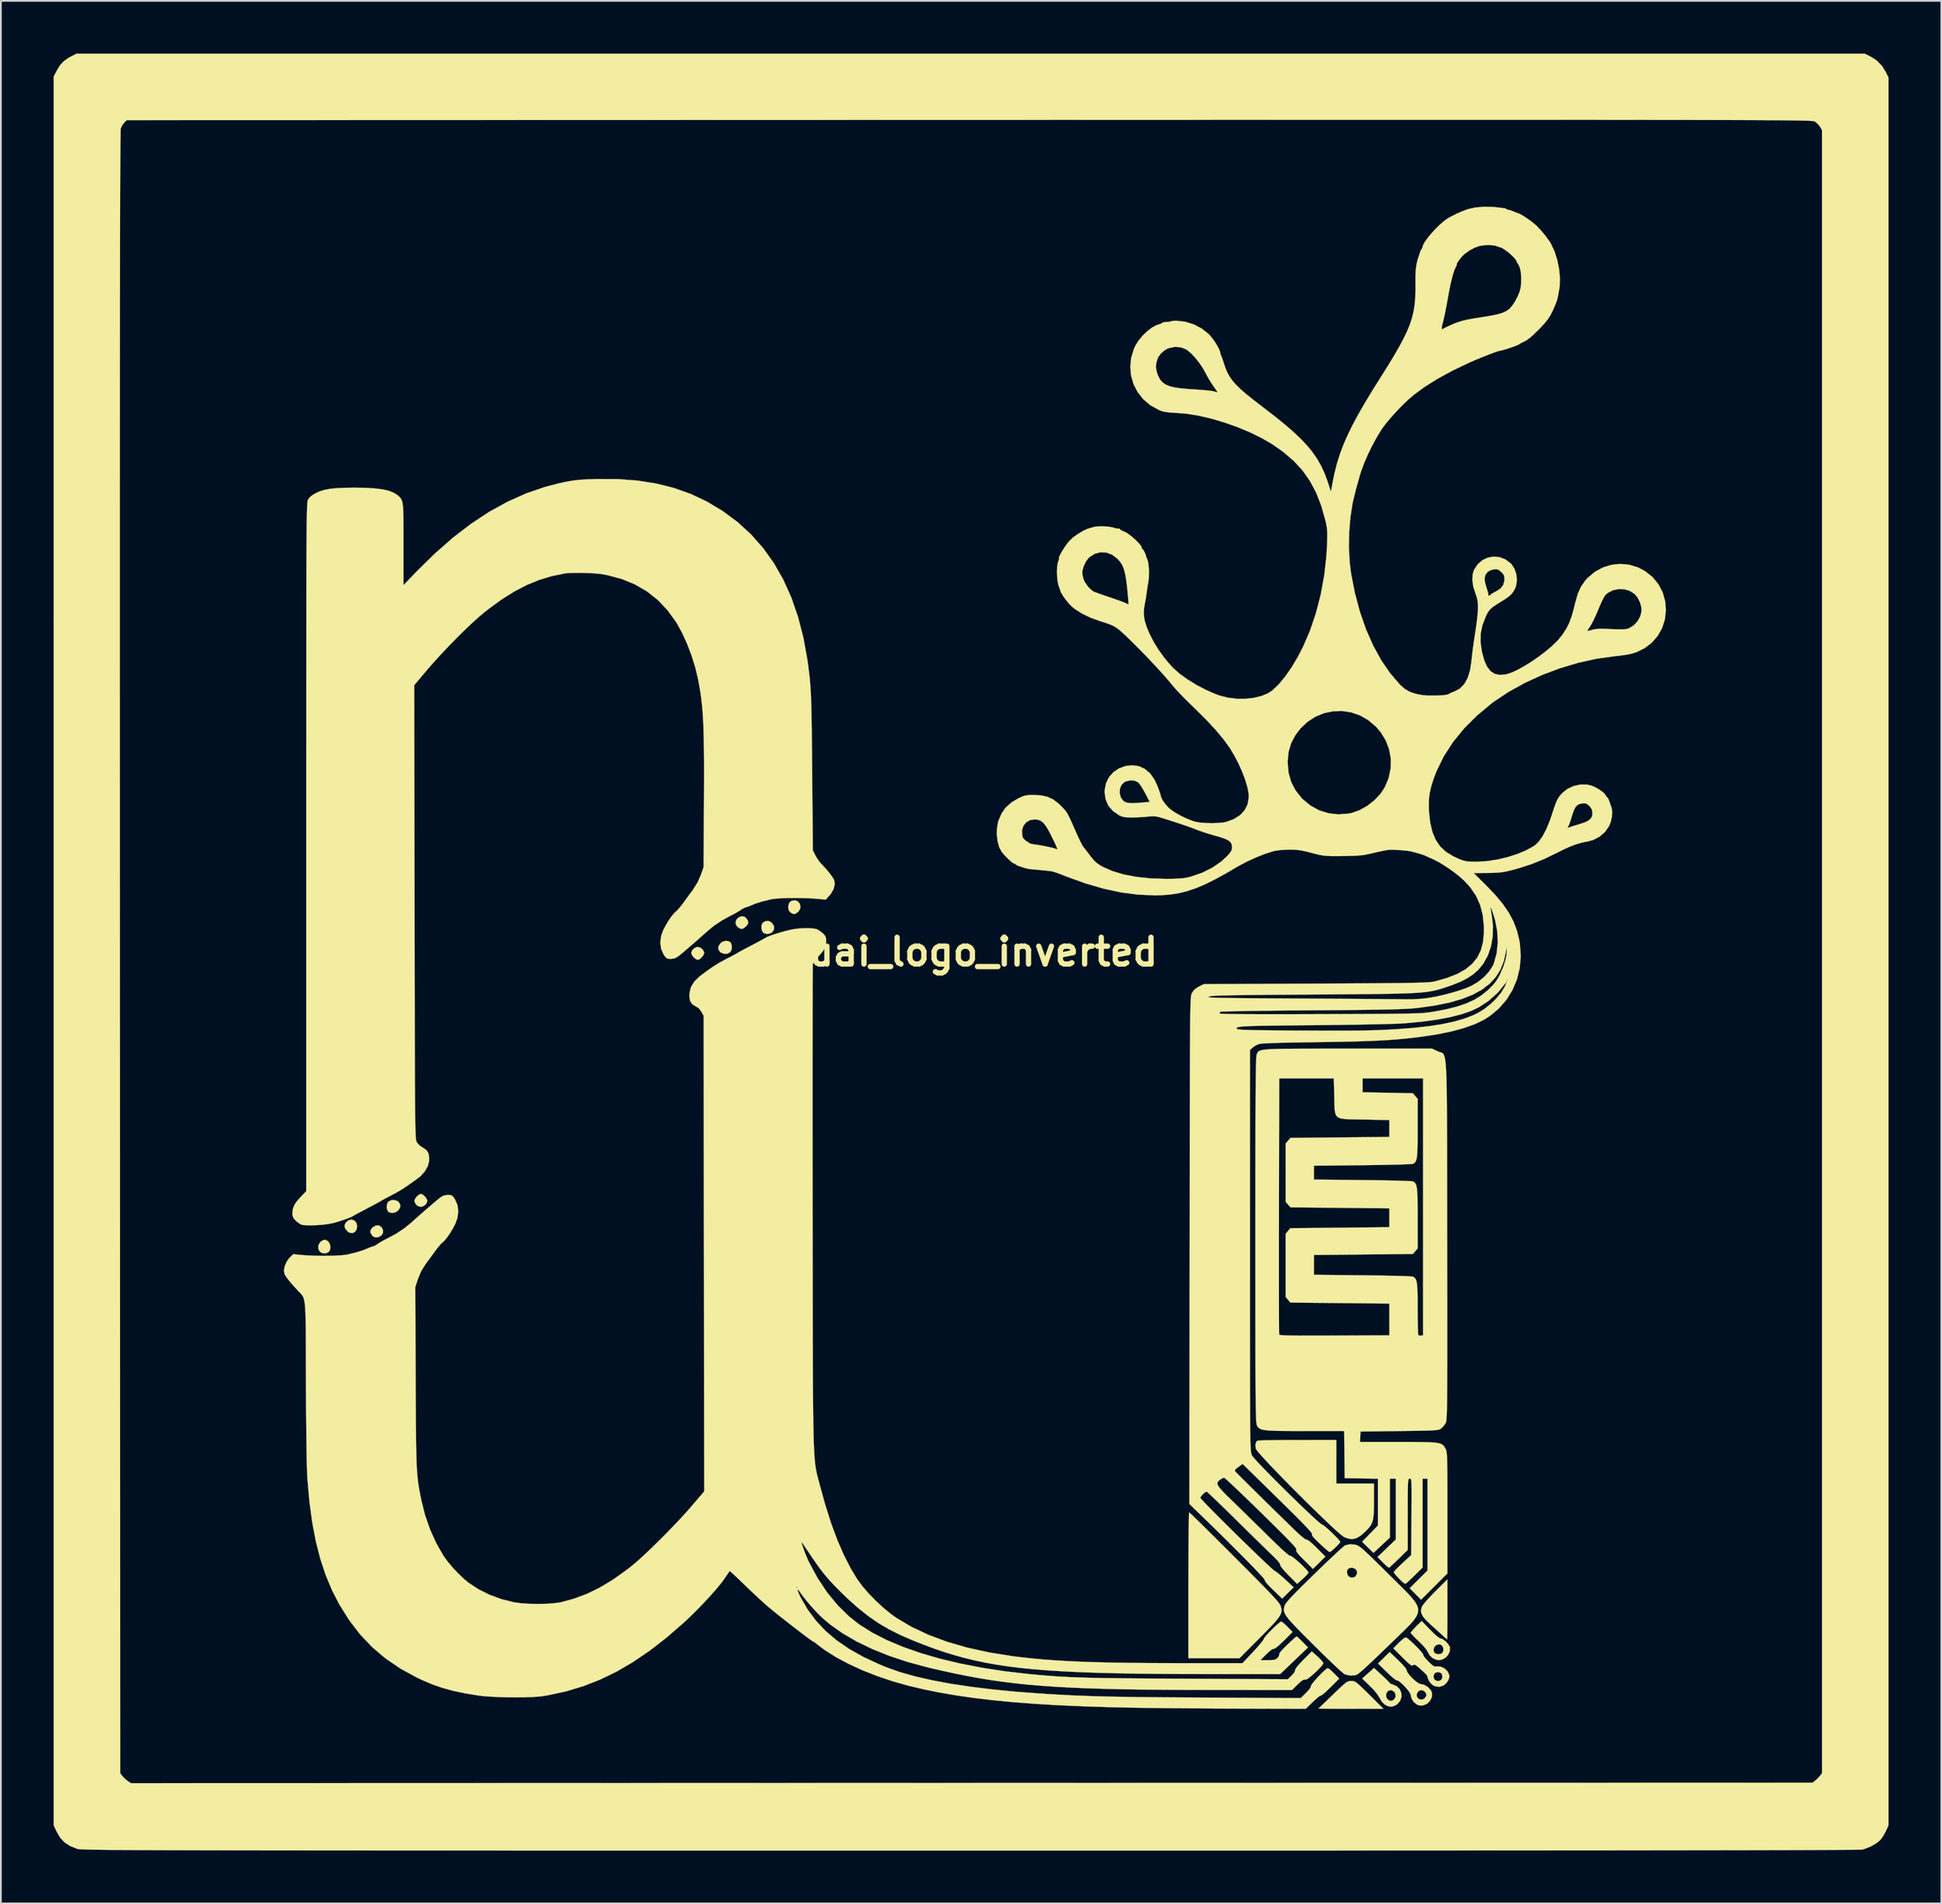
<source format=kicad_pcb>
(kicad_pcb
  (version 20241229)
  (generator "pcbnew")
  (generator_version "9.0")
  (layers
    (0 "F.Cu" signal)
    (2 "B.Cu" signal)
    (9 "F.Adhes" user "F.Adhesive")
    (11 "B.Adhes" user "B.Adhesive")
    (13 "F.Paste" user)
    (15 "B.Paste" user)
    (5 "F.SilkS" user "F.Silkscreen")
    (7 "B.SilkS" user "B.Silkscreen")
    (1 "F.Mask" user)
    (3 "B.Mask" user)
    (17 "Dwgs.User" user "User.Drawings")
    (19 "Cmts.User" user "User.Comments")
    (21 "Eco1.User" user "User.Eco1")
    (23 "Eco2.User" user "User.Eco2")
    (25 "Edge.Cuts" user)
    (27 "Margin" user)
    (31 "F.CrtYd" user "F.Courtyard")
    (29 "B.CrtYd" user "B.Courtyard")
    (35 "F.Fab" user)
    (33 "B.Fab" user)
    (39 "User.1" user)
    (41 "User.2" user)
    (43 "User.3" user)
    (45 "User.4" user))
  (footprint "nuai_logo_inverted"
    (layer "F.Cu")
    (at 52.188 51.115)
    (property "Reference" "nuai_logo_inverted" (at 0 0 0) (layer "F.SilkS") (effects (font (size 1.524 1.524) (thickness 0.3))))
    (attr through_hole)
    (fp_poly (pts (xy -35.077 15.288) (xy -34.965 15.419) (xy -34.923 15.597) (xy -34.957 15.8) (xy -35.057 15.939) (xy -35.201 16.001) (xy -35.364 15.974) (xy -35.465 15.905) (xy -35.608 15.734) (xy -35.642 15.571) (xy -35.569 15.406) (xy -35.557 15.39) (xy -35.402 15.264) (xy -35.232 15.233) (xy -35.077 15.288)) (stroke (width 0.01) (type solid)) (fill yes) (layer "F.SilkS"))
    (fp_poly (pts (xy -33.671 15.569) (xy -33.529 15.674) (xy -33.448 15.838) (xy -33.452 15.992) (xy -33.537 16.123) (xy -33.675 16.213) (xy -33.834 16.248) (xy -33.984 16.21) (xy -34.049 16.157) (xy -34.161 15.988) (xy -34.167 15.841) (xy -34.067 15.7) (xy -34.031 15.668) (xy -33.844 15.565) (xy -33.671 15.569)) (stroke (width 0.01) (type solid)) (fill yes) (layer "F.SilkS"))
    (fp_poly (pts (xy -36.587 16.461) (xy -36.571 16.475) (xy -36.477 16.61) (xy -36.442 16.787) (xy -36.467 16.961) (xy -36.553 17.085) (xy -36.721 17.151) (xy -36.903 17.14) (xy -37.047 17.056) (xy -37.133 16.886) (xy -37.128 16.696) (xy -37.035 16.526) (xy -36.992 16.486) (xy -36.843 16.391) (xy -36.722 16.383) (xy -36.587 16.461)) (stroke (width 0.01) (type solid)) (fill yes) (layer "F.SilkS"))
    (fp_poly (pts (xy -11.503 -1.754) (xy -11.343 -1.666) (xy -11.23 -1.501) (xy -11.208 -1.433) (xy -11.215 -1.268) (xy -11.306 -1.134) (xy -11.452 -1.046) (xy -11.624 -1.02) (xy -11.794 -1.073) (xy -11.82 -1.09) (xy -11.894 -1.203) (xy -11.925 -1.371) (xy -11.911 -1.541) (xy -11.85 -1.66) (xy -11.682 -1.755) (xy -11.503 -1.754)) (stroke (width 0.01) (type solid)) (fill yes) (layer "F.SilkS"))
    (fp_poly (pts (xy -32.611 14.189) (xy -32.568 14.224) (xy -32.47 14.377) (xy -32.48 14.54) (xy -32.573 14.696) (xy -32.708 14.802) (xy -32.878 14.85) (xy -33.044 14.839) (xy -33.167 14.766) (xy -33.187 14.736) (xy -33.241 14.552) (xy -33.228 14.362) (xy -33.153 14.215) (xy -33.143 14.205) (xy -32.98 14.126) (xy -32.786 14.121) (xy -32.611 14.189)) (stroke (width 0.01) (type solid)) (fill yes) (layer "F.SilkS"))
    (fp_poly (pts (xy -31.182 13.818) (xy -31.058 13.927) (xy -30.963 14.061) (xy -30.932 14.165) (xy -30.981 14.313) (xy -31.104 14.437) (xy -31.26 14.503) (xy -31.298 14.506) (xy -31.444 14.467) (xy -31.552 14.393) (xy -31.637 14.269) (xy -31.665 14.165) (xy -31.623 14.041) (xy -31.521 13.908) (xy -31.396 13.806) (xy -31.298 13.772) (xy -31.182 13.818)) (stroke (width 0.01) (type solid)) (fill yes) (layer "F.SilkS"))
    (fp_poly (pts (xy -13.805 -0.615) (xy -13.682 -0.542) (xy -13.662 -0.512) (xy -13.608 -0.328) (xy -13.621 -0.138) (xy -13.696 0.009) (xy -13.706 0.019) (xy -13.868 0.098) (xy -14.063 0.103) (xy -14.238 0.035) (xy -14.28 0) (xy -14.379 -0.153) (xy -14.369 -0.316) (xy -14.276 -0.472) (xy -14.141 -0.578) (xy -13.971 -0.626) (xy -13.805 -0.615)) (stroke (width 0.01) (type solid)) (fill yes) (layer "F.SilkS"))
    (fp_poly (pts (xy -12.898 -2.006) (xy -12.803 -1.936) (xy -12.689 -1.766) (xy -12.681 -1.619) (xy -12.779 -1.479) (xy -12.815 -1.446) (xy -12.939 -1.347) (xy -13.023 -1.31) (xy -13.113 -1.325) (xy -13.195 -1.357) (xy -13.309 -1.446) (xy -13.381 -1.562) (xy -13.394 -1.725) (xy -13.325 -1.868) (xy -13.201 -1.975) (xy -13.05 -2.027) (xy -12.898 -2.006)) (stroke (width 0.01) (type solid)) (fill yes) (layer "F.SilkS"))
    (fp_poly (pts (xy -9.875 -2.889) (xy -9.76 -2.77) (xy -9.709 -2.609) (xy -9.73 -2.437) (xy -9.832 -2.283) (xy -9.857 -2.262) (xy -10.006 -2.167) (xy -10.127 -2.159) (xy -10.262 -2.237) (xy -10.278 -2.251) (xy -10.374 -2.368) (xy -10.403 -2.534) (xy -10.402 -2.572) (xy -10.358 -2.776) (xy -10.237 -2.897) (xy -10.045 -2.935) (xy -9.875 -2.889)) (stroke (width 0.01) (type solid)) (fill yes) (layer "F.SilkS"))
    (fp_poly (pts (xy -15.392 -0.236) (xy -15.257 -0.122) (xy -15.187 0.023) (xy -15.184 0.059) (xy -15.226 0.183) (xy -15.328 0.316) (xy -15.453 0.418) (xy -15.55 0.452) (xy -15.649 0.414) (xy -15.769 0.323) (xy -15.779 0.313) (xy -15.874 0.186) (xy -15.917 0.065) (xy -15.917 0.059) (xy -15.868 -0.089) (xy -15.745 -0.213) (xy -15.589 -0.279) (xy -15.55 -0.282) (xy -15.392 -0.236)) (stroke (width 0.01) (type solid)) (fill yes) (layer "F.SilkS"))
    (fp_poly (pts (xy 27.093 37.409) (xy 27.093 37.835) (xy 27.092 38.222) (xy 27.09 38.556) (xy 27.087 38.824) (xy 27.084 39.012) (xy 27.081 39.106) (xy 27.079 39.115) (xy 27.034 39.079) (xy 26.93 38.989) (xy 26.835 38.903) (xy 26.694 38.774) (xy 26.499 38.598) (xy 26.28 38.401) (xy 26.145 38.28) (xy 25.882 38.029) (xy 25.707 37.82) (xy 25.612 37.638) (xy 25.59 37.466) (xy 25.632 37.288) (xy 25.647 37.253) (xy 25.715 37.148) (xy 25.849 36.982) (xy 26.033 36.774) (xy 26.252 36.542) (xy 26.412 36.379) (xy 27.093 35.703) (xy 27.093 37.409)) (stroke (width 0.01) (type solid)) (fill yes) (layer "F.SilkS"))
    (fp_poly (pts (xy 21.708 41.489) (xy 21.784 41.505) (xy 21.866 41.543) (xy 21.966 41.615) (xy 22.099 41.73) (xy 22.277 41.9) (xy 22.514 42.133) (xy 22.658 42.276) (xy 23.453 43.066) (xy 21.595 43.067) (xy 21.151 43.066) (xy 20.746 43.065) (xy 20.394 43.063) (xy 20.107 43.06) (xy 19.899 43.057) (xy 19.781 43.053) (xy 19.76 43.05) (xy 19.806 43.008) (xy 19.92 42.898) (xy 20.09 42.735) (xy 20.303 42.53) (xy 20.546 42.295) (xy 20.582 42.26) (xy 20.856 41.995) (xy 21.064 41.799) (xy 21.219 41.661) (xy 21.334 41.571) (xy 21.424 41.519) (xy 21.503 41.494) (xy 21.584 41.487) (xy 21.622 41.487) (xy 21.708 41.489)) (stroke (width 0.01) (type solid)) (fill yes) (layer "F.SilkS"))
    (fp_poly (pts (xy 23.368 41.158) (xy 23.551 41.329) (xy 23.699 41.473) (xy 23.794 41.573) (xy 23.82 41.609) (xy 23.868 41.648) (xy 23.975 41.682) (xy 24.214 41.786) (xy 24.381 41.954) (xy 24.471 42.164) (xy 24.48 42.391) (xy 24.406 42.611) (xy 24.244 42.801) (xy 24.156 42.862) (xy 23.939 42.944) (xy 23.723 42.924) (xy 23.548 42.84) (xy 23.374 42.678) (xy 23.243 42.459) (xy 23.118 42.251) (xy 23.097 42.225) (xy 23.605 42.225) (xy 23.609 42.384) (xy 23.68 42.522) (xy 23.806 42.606) (xy 23.876 42.616) (xy 24 42.577) (xy 24.07 42.527) (xy 24.149 42.376) (xy 24.132 42.206) (xy 24.065 42.098) (xy 23.921 42.006) (xy 23.769 42.021) (xy 23.682 42.083) (xy 23.605 42.225) (xy 23.097 42.225) (xy 22.911 41.999) (xy 22.686 41.769) (xy 22.247 41.346) (xy 22.582 41.045) (xy 22.916 40.745) (xy 23.368 41.158)) (stroke (width 0.01) (type solid)) (fill yes) (layer "F.SilkS"))
    (fp_poly (pts (xy 12.45 31.93) (xy 12.569 32.042) (xy 12.754 32.221) (xy 12.998 32.46) (xy 13.295 32.752) (xy 13.637 33.09) (xy 14.018 33.469) (xy 14.431 33.88) (xy 14.869 34.318) (xy 14.996 34.445) (xy 15.521 34.972) (xy 15.972 35.426) (xy 16.354 35.812) (xy 16.672 36.137) (xy 16.933 36.407) (xy 17.142 36.628) (xy 17.304 36.805) (xy 17.426 36.946) (xy 17.513 37.055) (xy 17.57 37.139) (xy 17.603 37.204) (xy 17.613 37.232) (xy 17.645 37.362) (xy 17.656 37.482) (xy 17.639 37.601) (xy 17.586 37.73) (xy 17.49 37.881) (xy 17.345 38.064) (xy 17.142 38.29) (xy 16.876 38.569) (xy 16.538 38.913) (xy 16.406 39.045) (xy 15.269 40.188) (xy 12.361 40.188) (xy 12.361 36.04) (xy 12.362 35.367) (xy 12.364 34.727) (xy 12.366 34.131) (xy 12.37 33.586) (xy 12.374 33.101) (xy 12.379 32.685) (xy 12.385 32.348) (xy 12.391 32.097) (xy 12.397 31.942) (xy 12.404 31.891) (xy 12.45 31.93)) (stroke (width 0.01) (type solid)) (fill yes) (layer "F.SilkS"))
    (fp_poly (pts (xy 20.772 30.254) (xy 22.916 30.254) (xy 22.915 31.256) (xy 22.912 31.671) (xy 22.9 31.992) (xy 22.872 32.241) (xy 22.824 32.437) (xy 22.749 32.601) (xy 22.641 32.752) (xy 22.495 32.91) (xy 22.401 33.003) (xy 22.135 33.232) (xy 21.898 33.367) (xy 21.668 33.412) (xy 21.422 33.374) (xy 21.223 33.298) (xy 21.123 33.231) (xy 20.956 33.093) (xy 20.73 32.892) (xy 20.453 32.637) (xy 20.136 32.337) (xy 19.786 32) (xy 19.412 31.635) (xy 19.022 31.252) (xy 18.626 30.858) (xy 18.232 30.462) (xy 17.849 30.073) (xy 17.485 29.7) (xy 17.15 29.352) (xy 16.851 29.036) (xy 16.599 28.762) (xy 16.4 28.539) (xy 16.264 28.375) (xy 16.201 28.279) (xy 16.198 28.271) (xy 16.171 28.047) (xy 16.219 27.878) (xy 16.28 27.814) (xy 16.348 27.805) (xy 16.517 27.796) (xy 16.773 27.789) (xy 17.105 27.782) (xy 17.5 27.777) (xy 17.945 27.773) (xy 18.427 27.772) (xy 18.556 27.772) (xy 20.772 27.771) (xy 20.772 30.254)) (stroke (width 0.01) (type solid)) (fill yes) (layer "F.SilkS"))
    (fp_poly (pts (xy 26.105 38.566) (xy 26.298 38.757) (xy 26.47 38.914) (xy 26.605 39.021) (xy 26.682 39.06) (xy 26.814 39.103) (xy 26.969 39.213) (xy 27.113 39.357) (xy 27.213 39.506) (xy 27.234 39.565) (xy 27.23 39.788) (xy 27.135 39.997) (xy 26.972 40.169) (xy 26.762 40.277) (xy 26.599 40.301) (xy 26.442 40.269) (xy 26.27 40.191) (xy 26.241 40.172) (xy 26.082 40.021) (xy 25.986 39.849) (xy 25.904 39.703) (xy 26.301 39.703) (xy 26.334 39.847) (xy 26.371 39.895) (xy 26.476 39.947) (xy 26.585 39.963) (xy 26.723 39.938) (xy 26.8 39.895) (xy 26.852 39.789) (xy 26.868 39.68) (xy 26.826 39.508) (xy 26.707 39.413) (xy 26.606 39.398) (xy 26.454 39.444) (xy 26.347 39.557) (xy 26.301 39.703) (xy 25.904 39.703) (xy 25.902 39.7) (xy 25.735 39.498) (xy 25.494 39.255) (xy 25.464 39.226) (xy 25.279 39.048) (xy 25.13 38.897) (xy 25.033 38.788) (xy 25.005 38.742) (xy 25.043 38.68) (xy 25.142 38.563) (xy 25.284 38.414) (xy 25.318 38.38) (xy 25.631 38.072) (xy 26.105 38.566)) (stroke (width 0.01) (type solid)) (fill yes) (layer "F.SilkS"))
    (fp_poly (pts (xy 24.294 40.302) (xy 24.534 40.544) (xy 24.695 40.731) (xy 24.773 40.858) (xy 24.779 40.889) (xy 24.821 40.997) (xy 24.93 41.145) (xy 25.08 41.309) (xy 25.248 41.465) (xy 25.407 41.587) (xy 25.532 41.652) (xy 25.561 41.656) (xy 25.775 41.704) (xy 25.981 41.828) (xy 26.143 42) (xy 26.219 42.168) (xy 26.213 42.379) (xy 26.122 42.589) (xy 25.967 42.757) (xy 25.881 42.809) (xy 25.672 42.883) (xy 25.495 42.878) (xy 25.33 42.809) (xy 25.165 42.666) (xy 25.047 42.462) (xy 25.005 42.264) (xy 24.99 42.226) (xy 25.347 42.226) (xy 25.352 42.365) (xy 25.424 42.478) (xy 25.543 42.542) (xy 25.687 42.536) (xy 25.805 42.466) (xy 25.897 42.329) (xy 25.878 42.187) (xy 25.815 42.098) (xy 25.671 42.006) (xy 25.519 42.021) (xy 25.432 42.083) (xy 25.347 42.226) (xy 24.99 42.226) (xy 24.968 42.171) (xy 24.873 42.034) (xy 24.739 41.876) (xy 24.588 41.716) (xy 24.439 41.578) (xy 24.314 41.482) (xy 24.233 41.45) (xy 24.224 41.453) (xy 24.164 41.429) (xy 24.041 41.339) (xy 23.875 41.196) (xy 23.68 41.014) (xy 23.656 40.99) (xy 23.147 40.491) (xy 23.808 39.836) (xy 24.294 40.302)) (stroke (width 0.01) (type solid)) (fill yes) (layer "F.SilkS"))
    (fp_poly (pts (xy 24.794 39.04) (xy 24.917 39.138) (xy 25.074 39.279) (xy 25.247 39.444) (xy 25.416 39.616) (xy 25.564 39.776) (xy 25.672 39.905) (xy 25.721 39.985) (xy 25.72 40) (xy 25.738 40.056) (xy 25.821 40.169) (xy 25.953 40.316) (xy 25.999 40.364) (xy 26.165 40.526) (xy 26.281 40.62) (xy 26.374 40.66) (xy 26.468 40.662) (xy 26.5 40.657) (xy 26.719 40.672) (xy 26.927 40.771) (xy 27.094 40.93) (xy 27.192 41.126) (xy 27.206 41.233) (xy 27.162 41.407) (xy 27.049 41.586) (xy 26.899 41.723) (xy 26.869 41.74) (xy 26.628 41.817) (xy 26.395 41.785) (xy 26.29 41.737) (xy 26.152 41.623) (xy 26.035 41.459) (xy 25.969 41.295) (xy 25.964 41.249) (xy 25.959 41.233) (xy 26.303 41.233) (xy 26.334 41.362) (xy 26.371 41.419) (xy 26.481 41.475) (xy 26.557 41.487) (xy 26.687 41.456) (xy 26.743 41.419) (xy 26.8 41.309) (xy 26.811 41.233) (xy 26.781 41.103) (xy 26.743 41.046) (xy 26.633 40.99) (xy 26.557 40.979) (xy 26.428 41.009) (xy 26.371 41.046) (xy 26.314 41.156) (xy 26.303 41.233) (xy 25.959 41.233) (xy 25.945 41.191) (xy 25.88 41.107) (xy 25.757 40.983) (xy 25.564 40.807) (xy 25.442 40.7) (xy 25.307 40.592) (xy 25.222 40.554) (xy 25.155 40.577) (xy 25.142 40.587) (xy 25.095 40.607) (xy 25.032 40.59) (xy 24.939 40.525) (xy 24.8 40.401) (xy 24.602 40.208) (xy 24.537 40.143) (xy 24.019 39.626) (xy 24.327 39.314) (xy 24.484 39.166) (xy 24.621 39.056) (xy 24.712 39.004) (xy 24.722 39.003) (xy 24.794 39.04)) (stroke (width 0.01) (type solid)) (fill yes) (layer "F.SilkS"))
    (fp_poly (pts (xy 21.802 33.719) (xy 21.934 33.756) (xy 21.999 33.784) (xy 22.07 33.825) (xy 22.155 33.884) (xy 22.261 33.971) (xy 22.397 34.092) (xy 22.571 34.254) (xy 22.791 34.465) (xy 23.064 34.732) (xy 23.399 35.062) (xy 23.803 35.464) (xy 23.913 35.572) (xy 24.354 36.008) (xy 24.72 36.373) (xy 25.01 36.681) (xy 25.225 36.943) (xy 25.365 37.174) (xy 25.429 37.385) (xy 25.418 37.592) (xy 25.332 37.806) (xy 25.17 38.041) (xy 24.932 38.309) (xy 24.619 38.625) (xy 24.231 39) (xy 23.908 39.311) (xy 23.453 39.752) (xy 23.071 40.119) (xy 22.756 40.418) (xy 22.501 40.657) (xy 22.299 40.841) (xy 22.144 40.975) (xy 22.029 41.067) (xy 21.947 41.122) (xy 21.892 41.146) (xy 21.873 41.148) (xy 21.746 41.163) (xy 21.722 41.17) (xy 21.605 41.177) (xy 21.534 41.167) (xy 21.386 41.136) (xy 21.28 41.114) (xy 21.202 41.066) (xy 21.052 40.941) (xy 20.833 40.743) (xy 20.551 40.479) (xy 20.21 40.151) (xy 19.817 39.765) (xy 19.514 39.465) (xy 19.087 39.039) (xy 18.734 38.683) (xy 18.449 38.39) (xy 18.224 38.15) (xy 18.055 37.956) (xy 17.933 37.797) (xy 17.853 37.666) (xy 17.809 37.554) (xy 17.793 37.453) (xy 17.8 37.353) (xy 17.823 37.247) (xy 17.833 37.209) (xy 17.861 37.142) (xy 17.916 37.054) (xy 18.005 36.94) (xy 18.137 36.791) (xy 18.317 36.6) (xy 18.553 36.359) (xy 18.851 36.061) (xy 19.22 35.698) (xy 19.507 35.417) (xy 19.616 35.311) (xy 21.378 35.311) (xy 21.423 35.473) (xy 21.537 35.578) (xy 21.684 35.611) (xy 21.833 35.558) (xy 21.868 35.528) (xy 21.954 35.379) (xy 21.945 35.229) (xy 21.855 35.107) (xy 21.698 35.042) (xy 21.642 35.038) (xy 21.478 35.072) (xy 21.394 35.183) (xy 21.378 35.311) (xy 19.616 35.311) (xy 19.865 35.069) (xy 20.204 34.744) (xy 20.512 34.451) (xy 20.782 34.199) (xy 21.002 33.997) (xy 21.164 33.854) (xy 21.258 33.778) (xy 21.272 33.77) (xy 21.525 33.707) (xy 21.802 33.719)) (stroke (width 0.01) (type solid)) (fill yes) (layer "F.SilkS"))
    (fp_poly (pts (xy 51.143 -50.956) (xy 51.516 -50.721) (xy 51.812 -50.415) (xy 52.019 -50.08) (xy 52.183 -49.756) (xy 52.183 49.699) (xy 52.023 50.046) (xy 51.91 50.257) (xy 51.78 50.452) (xy 51.684 50.564) (xy 51.448 50.745) (xy 51.147 50.911) (xy 50.827 51.039) (xy 50.685 51.078) (xy 50.618 51.082) (xy 50.451 51.085) (xy 50.184 51.089) (xy 49.816 51.092) (xy 49.346 51.095) (xy 48.774 51.098) (xy 48.1 51.101) (xy 47.323 51.104) (xy 46.443 51.107) (xy 45.459 51.109) (xy 44.372 51.112) (xy 43.18 51.114) (xy 41.883 51.116) (xy 40.481 51.118) (xy 38.973 51.12) (xy 37.359 51.122) (xy 35.638 51.124) (xy 33.811 51.125) (xy 31.876 51.127) (xy 29.833 51.128) (xy 27.682 51.129) (xy 25.423 51.13) (xy 23.054 51.131) (xy 20.576 51.132) (xy 17.988 51.133) (xy 15.289 51.133) (xy 12.48 51.134) (xy 9.56 51.134) (xy 6.528 51.134) (xy 3.384 51.134) (xy 0.128 51.134) (xy -0.056 51.134) (xy -2.928 51.134) (xy -5.69 51.134) (xy -8.342 51.134) (xy -10.889 51.134) (xy -13.331 51.134) (xy -15.671 51.133) (xy -17.912 51.133) (xy -20.054 51.133) (xy -22.102 51.133) (xy -24.056 51.132) (xy -25.919 51.132) (xy -27.694 51.131) (xy -29.381 51.131) (xy -30.985 51.13) (xy -32.505 51.129) (xy -33.946 51.129) (xy -35.309 51.128) (xy -36.596 51.127) (xy -37.81 51.126) (xy -38.952 51.125) (xy -40.025 51.124) (xy -41.031 51.122) (xy -41.972 51.121) (xy -42.851 51.12) (xy -43.669 51.118) (xy -44.429 51.116) (xy -45.132 51.114) (xy -45.782 51.113) (xy -46.381 51.11) (xy -46.929 51.108) (xy -47.431 51.106) (xy -47.887 51.103) (xy -48.3 51.101) (xy -48.672 51.098) (xy -49.006 51.095) (xy -49.304 51.092) (xy -49.567 51.088) (xy -49.798 51.085) (xy -49.999 51.081) (xy -50.173 51.078) (xy -50.321 51.074) (xy -50.446 51.069) (xy -50.549 51.065) (xy -50.634 51.06) (xy -50.702 51.056) (xy -50.756 51.051) (xy -50.797 51.046) (xy -50.828 51.04) (xy -50.851 51.035) (xy -50.856 51.033) (xy -51.261 50.869) (xy -51.578 50.658) (xy -51.827 50.382) (xy -52.024 50.038) (xy -52.183 49.699) (xy -52.183 -21.135) (xy -48.422 -21.135) (xy -48.422 -19.03) (xy -48.422 -16.825) (xy -48.421 -14.519) (xy -48.421 -12.109) (xy -48.42 -9.595) (xy -48.42 -6.974) (xy -48.419 -4.244) (xy -48.418 -1.404) (xy -48.417 0.038) (xy -48.401 46.728) (xy -48.283 46.887) (xy -48.153 47.029) (xy -47.993 47.163) (xy -47.978 47.174) (xy -47.791 47.301) (xy 0.033 47.286) (xy 47.857 47.272) (xy 48.012 47.156) (xy 48.163 47.021) (xy 48.285 46.884) (xy 48.401 46.728) (xy 48.401 -46.764) (xy 48.286 -46.962) (xy 48.158 -47.12) (xy 47.996 -47.247) (xy 47.976 -47.258) (xy 47.961 -47.264) (xy 47.938 -47.269) (xy 47.905 -47.275) (xy 47.859 -47.28) (xy 47.799 -47.285) (xy 47.721 -47.289) (xy 47.625 -47.294) (xy 47.507 -47.298) (xy 47.365 -47.302) (xy 47.198 -47.306) (xy 47.002 -47.309) (xy 46.776 -47.313) (xy 46.517 -47.316) (xy 46.223 -47.319) (xy 45.893 -47.322) (xy 45.523 -47.325) (xy 45.111 -47.327) (xy 44.656 -47.33) (xy 44.154 -47.332) (xy 43.604 -47.334) (xy 43.004 -47.336) (xy 42.351 -47.338) (xy 41.643 -47.339) (xy 40.878 -47.341) (xy 40.053 -47.342) (xy 39.167 -47.343) (xy 38.216 -47.344) (xy 37.2 -47.345) (xy 36.115 -47.346) (xy 34.959 -47.347) (xy 33.73 -47.347) (xy 32.427 -47.348) (xy 31.046 -47.348) (xy 29.585 -47.348) (xy 28.042 -47.348) (xy 26.416 -47.348) (xy 24.703 -47.348) (xy 22.902 -47.348) (xy 21.009 -47.348) (xy 19.024 -47.348) (xy 16.943 -47.347) (xy 14.765 -47.347) (xy 12.488 -47.346) (xy 10.108 -47.346) (xy 7.624 -47.345) (xy 5.033 -47.344) (xy 2.334 -47.343) (xy -0.122 -47.343) (xy -48.025 -47.329) (xy -48.162 -47.2) (xy -48.274 -47.056) (xy -48.361 -46.878) (xy -48.367 -46.861) (xy -48.371 -46.823) (xy -48.375 -46.736) (xy -48.379 -46.597) (xy -48.382 -46.404) (xy -48.386 -46.156) (xy -48.389 -45.852) (xy -48.392 -45.488) (xy -48.395 -45.064) (xy -48.398 -44.578) (xy -48.4 -44.027) (xy -48.403 -43.411) (xy -48.405 -42.727) (xy -48.407 -41.973) (xy -48.409 -41.149) (xy -48.411 -40.251) (xy -48.413 -39.279) (xy -48.414 -38.23) (xy -48.416 -37.103) (xy -48.417 -35.896) (xy -48.418 -34.607) (xy -48.419 -33.234) (xy -48.42 -31.776) (xy -48.42 -30.231) (xy -48.421 -28.597) (xy -48.421 -26.872) (xy -48.422 -25.055) (xy -48.422 -23.143) (xy -48.422 -21.135) (xy -52.183 -21.135) (xy -52.183 -49.812) (xy -52.005 -50.151) (xy -51.822 -50.451) (xy -51.618 -50.677) (xy -51.357 -50.863) (xy -51.195 -50.951) (xy -50.885 -51.11) (xy 50.828 -51.11) (xy 51.143 -50.956)) (stroke (width 0.01) (type solid)) (fill yes) (layer "F.SilkS"))
    (fp_poly (pts (xy -20.095 -26.904) (xy -18.964 -26.818) (xy -17.9 -26.65) (xy -16.895 -26.397) (xy -15.942 -26.057) (xy -15.034 -25.629) (xy -14.166 -25.11) (xy -14.139 -25.093) (xy -13.289 -24.463) (xy -12.519 -23.758) (xy -11.829 -22.977) (xy -11.217 -22.119) (xy -10.683 -21.182) (xy -10.226 -20.166) (xy -9.846 -19.068) (xy -9.541 -17.889) (xy -9.312 -16.625) (xy -9.28 -16.397) (xy -9.244 -16.121) (xy -9.212 -15.861) (xy -9.184 -15.608) (xy -9.16 -15.351) (xy -9.139 -15.08) (xy -9.121 -14.787) (xy -9.106 -14.461) (xy -9.093 -14.093) (xy -9.082 -13.672) (xy -9.073 -13.189) (xy -9.064 -12.635) (xy -9.057 -11.999) (xy -9.049 -11.272) (xy -9.042 -10.444) (xy -9.04 -10.245) (xy -9.003 -5.786) (xy -8.865 -5.503) (xy -8.743 -5.294) (xy -8.592 -5.09) (xy -8.526 -5.016) (xy -8.28 -4.752) (xy -8.067 -4.5) (xy -7.901 -4.279) (xy -7.799 -4.109) (xy -7.783 -4.07) (xy -7.758 -3.839) (xy -7.823 -3.579) (xy -7.969 -3.318) (xy -8.06 -3.207) (xy -8.267 -2.977) (xy -8.804 -3.026) (xy -9.133 -3.049) (xy -9.51 -3.064) (xy -9.912 -3.07) (xy -10.312 -3.068) (xy -10.687 -3.058) (xy -11.012 -3.04) (xy -11.26 -3.015) (xy -11.345 -3.001) (xy -11.864 -2.877) (xy -12.282 -2.744) (xy -12.49 -2.658) (xy -12.653 -2.59) (xy -12.776 -2.547) (xy -12.814 -2.54) (xy -12.894 -2.51) (xy -13.029 -2.435) (xy -13.113 -2.38) (xy -13.304 -2.261) (xy -13.533 -2.135) (xy -13.66 -2.071) (xy -14.158 -1.802) (xy -14.631 -1.486) (xy -15.012 -1.173) (xy -15.205 -0.999) (xy -15.448 -0.782) (xy -15.721 -0.543) (xy -16 -0.302) (xy -16.262 -0.077) (xy -16.484 0.111) (xy -16.641 0.24) (xy -16.836 0.357) (xy -17.054 0.395) (xy -17.083 0.395) (xy -17.231 0.388) (xy -17.328 0.35) (xy -17.414 0.258) (xy -17.499 0.13) (xy -17.635 -0.185) (xy -17.678 -0.543) (xy -17.628 -0.921) (xy -17.517 -1.231) (xy -17.374 -1.506) (xy -17.21 -1.779) (xy -17.042 -2.022) (xy -16.888 -2.209) (xy -16.791 -2.298) (xy -16.69 -2.392) (xy -16.553 -2.549) (xy -16.407 -2.737) (xy -16.386 -2.766) (xy -16.217 -2.999) (xy -16.021 -3.267) (xy -15.838 -3.514) (xy -15.828 -3.528) (xy -15.56 -3.956) (xy -15.374 -4.374) (xy -15.215 -4.826) (xy -15.195 -8.551) (xy -15.191 -9.48) (xy -15.19 -10.306) (xy -15.192 -11.038) (xy -15.199 -11.687) (xy -15.209 -12.263) (xy -15.225 -12.774) (xy -15.245 -13.232) (xy -15.271 -13.646) (xy -15.304 -14.025) (xy -15.343 -14.379) (xy -15.39 -14.719) (xy -15.444 -15.054) (xy -15.506 -15.394) (xy -15.53 -15.52) (xy -15.688 -16.181) (xy -15.9 -16.862) (xy -16.154 -17.531) (xy -16.438 -18.155) (xy -16.739 -18.702) (xy -16.778 -18.766) (xy -17.266 -19.441) (xy -17.819 -20.023) (xy -18.438 -20.514) (xy -19.123 -20.913) (xy -19.874 -21.222) (xy -20.693 -21.439) (xy -21.054 -21.503) (xy -21.301 -21.53) (xy -21.616 -21.551) (xy -21.968 -21.564) (xy -22.326 -21.569) (xy -22.66 -21.566) (xy -22.94 -21.554) (xy -23.115 -21.535) (xy -23.859 -21.382) (xy -24.573 -21.166) (xy -25.271 -20.88) (xy -25.968 -20.518) (xy -26.681 -20.071) (xy -27.422 -19.533) (xy -27.686 -19.327) (xy -28.015 -19.049) (xy -28.399 -18.701) (xy -28.823 -18.298) (xy -29.268 -17.857) (xy -29.721 -17.393) (xy -30.163 -16.924) (xy -30.58 -16.466) (xy -30.954 -16.035) (xy -30.958 -16.03) (xy -31.677 -15.177) (xy -31.657 -2.269) (xy -31.655 -0.846) (xy -31.653 0.468) (xy -31.651 1.679) (xy -31.649 2.789) (xy -31.647 3.804) (xy -31.645 4.728) (xy -31.643 5.566) (xy -31.64 6.321) (xy -31.638 6.998) (xy -31.635 7.602) (xy -31.632 8.137) (xy -31.629 8.607) (xy -31.625 9.016) (xy -31.621 9.37) (xy -31.616 9.672) (xy -31.611 9.926) (xy -31.606 10.138) (xy -31.6 10.311) (xy -31.593 10.451) (xy -31.585 10.56) (xy -31.577 10.644) (xy -31.568 10.707) (xy -31.558 10.754) (xy -31.548 10.788) (xy -31.536 10.814) (xy -31.524 10.837) (xy -31.365 11.021) (xy -31.171 11.146) (xy -30.976 11.28) (xy -30.862 11.47) (xy -30.823 11.729) (xy -30.831 11.907) (xy -30.908 12.194) (xy -31.073 12.485) (xy -31.307 12.75) (xy -31.457 12.872) (xy -31.797 13.116) (xy -32.068 13.306) (xy -32.29 13.455) (xy -32.483 13.576) (xy -32.667 13.683) (xy -32.865 13.79) (xy -32.951 13.834) (xy -33.178 13.952) (xy -33.37 14.055) (xy -33.503 14.129) (xy -33.549 14.158) (xy -33.62 14.2) (xy -33.771 14.284) (xy -33.984 14.398) (xy -34.238 14.532) (xy -34.346 14.589) (xy -34.611 14.728) (xy -34.841 14.85) (xy -35.017 14.946) (xy -35.12 15.005) (xy -35.137 15.016) (xy -35.241 15.073) (xy -35.426 15.149) (xy -35.663 15.236) (xy -35.922 15.321) (xy -36.177 15.397) (xy -36.378 15.448) (xy -36.622 15.491) (xy -36.914 15.525) (xy -37.225 15.548) (xy -37.529 15.558) (xy -37.797 15.556) (xy -38.002 15.54) (xy -38.1 15.517) (xy -38.23 15.441) (xy -38.381 15.322) (xy -38.425 15.282) (xy -38.554 15.127) (xy -38.605 14.97) (xy -38.608 14.904) (xy -38.585 14.65) (xy -38.507 14.423) (xy -38.359 14.195) (xy -38.158 13.967) (xy -37.818 13.613) (xy -37.818 -5.965) (xy -37.818 -7.731) (xy -37.818 -9.388) (xy -37.818 -10.939) (xy -37.817 -12.388) (xy -37.817 -13.738) (xy -37.817 -14.993) (xy -37.816 -16.156) (xy -37.816 -17.231) (xy -37.815 -18.221) (xy -37.814 -19.13) (xy -37.812 -19.962) (xy -37.811 -20.719) (xy -37.809 -21.406) (xy -37.807 -22.026) (xy -37.805 -22.583) (xy -37.802 -23.079) (xy -37.799 -23.519) (xy -37.796 -23.907) (xy -37.793 -24.245) (xy -37.789 -24.537) (xy -37.784 -24.787) (xy -37.78 -24.998) (xy -37.774 -25.174) (xy -37.769 -25.318) (xy -37.763 -25.434) (xy -37.756 -25.525) (xy -37.749 -25.596) (xy -37.741 -25.648) (xy -37.733 -25.687) (xy -37.724 -25.715) (xy -37.715 -25.736) (xy -37.713 -25.74) (xy -37.602 -25.887) (xy -37.42 -26.024) (xy -37.248 -26.119) (xy -37.019 -26.218) (xy -36.762 -26.294) (xy -36.46 -26.35) (xy -36.096 -26.387) (xy -35.655 -26.408) (xy -35.119 -26.416) (xy -35.052 -26.416) (xy -34.426 -26.406) (xy -33.902 -26.373) (xy -33.469 -26.318) (xy -33.119 -26.236) (xy -32.841 -26.127) (xy -32.626 -25.989) (xy -32.578 -25.948) (xy -32.508 -25.881) (xy -32.451 -25.816) (xy -32.404 -25.743) (xy -32.367 -25.649) (xy -32.339 -25.525) (xy -32.318 -25.359) (xy -32.304 -25.141) (xy -32.294 -24.859) (xy -32.289 -24.503) (xy -32.287 -24.061) (xy -32.286 -23.523) (xy -32.286 -23.195) (xy -32.286 -20.871) (xy -31.515 -21.671) (xy -30.492 -22.678) (xy -29.469 -23.574) (xy -28.443 -24.361) (xy -27.411 -25.041) (xy -26.369 -25.615) (xy -25.316 -26.086) (xy -24.247 -26.455) (xy -23.453 -26.662) (xy -23.106 -26.738) (xy -22.807 -26.794) (xy -22.524 -26.836) (xy -22.228 -26.865) (xy -21.89 -26.887) (xy -21.48 -26.903) (xy -21.299 -26.908) (xy -20.095 -26.904)) (stroke (width 0.01) (type solid)) (fill yes) (layer "F.SilkS"))
    (fp_poly (pts (xy 21.449 5.503) (xy 26.218 5.503) (xy 26.545 5.656) (xy 26.608 5.682) (xy 26.666 5.7) (xy 26.719 5.715) (xy 26.767 5.732) (xy 26.811 5.756) (xy 26.85 5.792) (xy 26.885 5.844) (xy 26.916 5.917) (xy 26.943 6.016) (xy 26.967 6.146) (xy 26.988 6.312) (xy 27.006 6.519) (xy 27.021 6.77) (xy 27.034 7.072) (xy 27.044 7.428) (xy 27.053 7.845) (xy 27.059 8.325) (xy 27.064 8.876) (xy 27.068 9.5) (xy 27.071 10.203) (xy 27.073 10.99) (xy 27.074 11.866) (xy 27.076 12.834) (xy 27.077 13.902) (xy 27.078 15.072) (xy 27.079 16.35) (xy 27.08 16.425) (xy 27.081 17.686) (xy 27.083 18.839) (xy 27.084 19.889) (xy 27.085 20.841) (xy 27.085 21.7) (xy 27.085 22.47) (xy 27.085 23.157) (xy 27.084 23.765) (xy 27.082 24.3) (xy 27.08 24.767) (xy 27.077 25.17) (xy 27.074 25.514) (xy 27.07 25.804) (xy 27.065 26.046) (xy 27.059 26.243) (xy 27.053 26.402) (xy 27.045 26.526) (xy 27.037 26.621) (xy 27.028 26.692) (xy 27.018 26.744) (xy 27.006 26.781) (xy 26.995 26.807) (xy 26.883 26.972) (xy 26.746 27.111) (xy 26.737 27.118) (xy 26.692 27.147) (xy 26.64 27.171) (xy 26.569 27.191) (xy 26.467 27.207) (xy 26.324 27.22) (xy 26.129 27.23) (xy 25.869 27.239) (xy 25.535 27.246) (xy 25.115 27.253) (xy 24.597 27.26) (xy 24.366 27.263) (xy 22.154 27.291) (xy 22.137 27.587) (xy 22.12 27.884) (xy 24.31 27.884) (xy 24.903 27.884) (xy 25.393 27.886) (xy 25.792 27.892) (xy 26.11 27.902) (xy 26.358 27.918) (xy 26.547 27.943) (xy 26.686 27.978) (xy 26.788 28.023) (xy 26.862 28.081) (xy 26.919 28.154) (xy 26.971 28.242) (xy 26.99 28.278) (xy 27.011 28.324) (xy 27.029 28.38) (xy 27.045 28.456) (xy 27.057 28.559) (xy 27.068 28.699) (xy 27.076 28.885) (xy 27.082 29.125) (xy 27.087 29.428) (xy 27.09 29.803) (xy 27.092 30.259) (xy 27.093 30.805) (xy 27.093 31.449) (xy 27.093 31.919) (xy 27.093 35.364) (xy 25.595 36.859) (xy 24.949 36.206) (xy 25.457 35.701) (xy 25.964 35.195) (xy 25.964 29.972) (xy 25.682 29.972) (xy 25.682 35.026) (xy 25.215 35.491) (xy 25.027 35.673) (xy 24.865 35.822) (xy 24.746 35.922) (xy 24.691 35.955) (xy 24.622 35.916) (xy 24.505 35.816) (xy 24.364 35.681) (xy 24.225 35.535) (xy 24.112 35.404) (xy 24.05 35.313) (xy 24.045 35.295) (xy 24.085 35.234) (xy 24.192 35.114) (xy 24.35 34.955) (xy 24.539 34.776) (xy 25.033 34.321) (xy 25.05 32.147) (xy 25.054 31.594) (xy 25.057 31.145) (xy 25.057 30.787) (xy 25.056 30.51) (xy 25.052 30.305) (xy 25.044 30.16) (xy 25.033 30.064) (xy 25.017 30.008) (xy 24.997 29.981) (xy 24.971 29.973) (xy 24.951 29.972) (xy 24.921 29.974) (xy 24.896 29.989) (xy 24.877 30.027) (xy 24.862 30.098) (xy 24.852 30.215) (xy 24.844 30.387) (xy 24.84 30.626) (xy 24.837 30.942) (xy 24.836 31.346) (xy 24.836 31.85) (xy 24.836 31.998) (xy 24.836 34.024) (xy 24.326 34.524) (xy 24.13 34.714) (xy 23.961 34.874) (xy 23.838 34.987) (xy 23.776 35.037) (xy 23.774 35.038) (xy 23.717 35.008) (xy 23.605 34.914) (xy 23.459 34.776) (xy 23.425 34.742) (xy 23.118 34.431) (xy 23.638 33.932) (xy 24.158 33.433) (xy 24.158 29.972) (xy 23.82 29.972) (xy 23.82 33.324) (xy 23.354 33.76) (xy 22.888 34.196) (xy 22.565 33.879) (xy 22.241 33.562) (xy 22.692 33.1) (xy 23.142 32.639) (xy 23.142 29.975) (xy 22.197 29.959) (xy 21.251 29.944) (xy 21.236 28.603) (xy 21.221 27.263) (xy 19.013 27.263) (xy 18.405 27.262) (xy 17.899 27.259) (xy 17.485 27.254) (xy 17.154 27.244) (xy 16.894 27.229) (xy 16.696 27.207) (xy 16.549 27.177) (xy 16.443 27.139) (xy 16.367 27.09) (xy 16.313 27.031) (xy 16.268 26.959) (xy 16.266 26.956) (xy 16.255 26.929) (xy 16.244 26.89) (xy 16.234 26.833) (xy 16.225 26.754) (xy 16.217 26.647) (xy 16.21 26.509) (xy 16.204 26.334) (xy 16.198 26.117) (xy 16.193 25.853) (xy 16.189 25.539) (xy 16.185 25.168) (xy 16.182 24.736) (xy 16.179 24.238) (xy 16.177 23.669) (xy 16.175 23.025) (xy 16.174 22.3) (xy 16.173 21.49) (xy 16.172 20.59) (xy 16.172 19.595) (xy 16.171 18.5) (xy 16.171 17.824) (xy 17.508 17.824) (xy 17.508 18.557) (xy 17.509 19.232) (xy 17.51 19.842) (xy 17.511 20.381) (xy 17.513 20.842) (xy 17.515 21.219) (xy 17.517 21.503) (xy 17.52 21.69) (xy 17.523 21.771) (xy 17.524 21.774) (xy 17.552 21.79) (xy 17.627 21.803) (xy 17.757 21.814) (xy 17.949 21.822) (xy 18.211 21.828) (xy 18.549 21.832) (xy 18.973 21.834) (xy 19.488 21.834) (xy 20.103 21.833) (xy 20.671 21.83) (xy 23.791 21.816) (xy 23.791 20.01) (xy 20.978 19.981) (xy 18.165 19.953) (xy 18.029 19.795) (xy 17.893 19.636) (xy 17.893 16.037) (xy 18.029 15.878) (xy 18.165 15.72) (xy 23.791 15.663) (xy 23.791 14.591) (xy 18.165 14.534) (xy 17.893 14.218) (xy 17.893 12.164) (xy 19.502 12.164) (xy 19.502 12.954) (xy 22.267 12.982) (xy 22.818 12.989) (xy 23.337 12.997) (xy 23.811 13.006) (xy 24.231 13.016) (xy 24.584 13.027) (xy 24.859 13.037) (xy 25.046 13.048) (xy 25.131 13.059) (xy 25.134 13.06) (xy 25.205 13.101) (xy 25.262 13.157) (xy 25.307 13.238) (xy 25.341 13.358) (xy 25.366 13.526) (xy 25.383 13.756) (xy 25.393 14.059) (xy 25.398 14.447) (xy 25.4 14.931) (xy 25.4 15.149) (xy 25.4 16.871) (xy 25.264 17.029) (xy 25.128 17.187) (xy 19.502 17.244) (xy 19.502 18.373) (xy 22.267 18.401) (xy 22.818 18.407) (xy 23.337 18.416) (xy 23.811 18.425) (xy 24.231 18.435) (xy 24.584 18.445) (xy 24.859 18.456) (xy 25.046 18.467) (xy 25.131 18.477) (xy 25.134 18.478) (xy 25.21 18.524) (xy 25.27 18.588) (xy 25.317 18.681) (xy 25.35 18.818) (xy 25.374 19.01) (xy 25.388 19.27) (xy 25.397 19.611) (xy 25.4 20.047) (xy 25.4 20.308) (xy 25.401 20.703) (xy 25.406 21.061) (xy 25.412 21.366) (xy 25.421 21.603) (xy 25.43 21.756) (xy 25.44 21.809) (xy 25.523 21.835) (xy 25.595 21.832) (xy 25.71 21.816) (xy 25.71 7.197) (xy 22.267 7.197) (xy 22.267 7.987) (xy 23.698 8.015) (xy 25.128 8.043) (xy 25.264 8.202) (xy 25.4 8.36) (xy 25.4 10.025) (xy 25.399 10.542) (xy 25.395 10.958) (xy 25.386 11.286) (xy 25.372 11.536) (xy 25.349 11.721) (xy 25.317 11.853) (xy 25.274 11.944) (xy 25.219 12.006) (xy 25.15 12.05) (xy 25.134 12.058) (xy 25.059 12.068) (xy 24.882 12.079) (xy 24.615 12.09) (xy 24.27 12.101) (xy 23.856 12.111) (xy 23.386 12.12) (xy 22.872 12.128) (xy 22.324 12.135) (xy 22.267 12.136) (xy 19.502 12.164) (xy 17.893 12.164) (xy 17.893 10.9) (xy 18.029 10.742) (xy 18.165 10.583) (xy 20.978 10.555) (xy 23.791 10.527) (xy 23.791 9.567) (xy 22.368 9.539) (xy 21.889 9.531) (xy 21.511 9.524) (xy 21.221 9.506) (xy 21.008 9.47) (xy 20.859 9.406) (xy 20.762 9.304) (xy 20.707 9.156) (xy 20.679 8.953) (xy 20.668 8.684) (xy 20.662 8.342) (xy 20.659 8.225) (xy 20.63 7.197) (xy 17.526 7.197) (xy 17.511 14.45) (xy 17.51 15.346) (xy 17.509 16.212) (xy 17.508 17.04) (xy 17.508 17.824) (xy 16.171 17.824) (xy 16.171 17.3) (xy 16.171 16.397) (xy 16.171 15.091) (xy 16.172 13.894) (xy 16.172 12.8) (xy 16.173 11.807) (xy 16.175 10.908) (xy 16.177 10.1) (xy 16.179 9.378) (xy 16.181 8.738) (xy 16.184 8.175) (xy 16.188 7.686) (xy 16.192 7.265) (xy 16.197 6.908) (xy 16.202 6.61) (xy 16.208 6.368) (xy 16.215 6.176) (xy 16.222 6.031) (xy 16.23 5.928) (xy 16.239 5.862) (xy 16.247 5.833) (xy 16.27 5.776) (xy 16.294 5.726) (xy 16.326 5.683) (xy 16.372 5.646) (xy 16.44 5.614) (xy 16.537 5.587) (xy 16.67 5.565) (xy 16.846 5.548) (xy 17.072 5.533) (xy 17.355 5.523) (xy 17.702 5.515) (xy 18.12 5.51) (xy 18.616 5.506) (xy 19.197 5.504) (xy 19.871 5.503) (xy 20.644 5.503) (xy 21.449 5.503)) (stroke (width 0.01) (type solid)) (fill yes) (layer "F.SilkS"))
    (fp_poly (pts (xy -9.062 -1.342) (xy -8.845 -1.312) (xy -8.766 -1.288) (xy -8.622 -1.205) (xy -8.462 -1.084) (xy -8.424 -1.051) (xy -8.301 -0.914) (xy -8.249 -0.774) (xy -8.241 -0.642) (xy -8.258 -0.417) (xy -8.318 -0.223) (xy -8.438 -0.03) (xy -8.631 0.195) (xy -8.665 0.231) (xy -8.816 0.402) (xy -8.934 0.559) (xy -8.998 0.673) (xy -9.001 0.684) (xy -9.004 0.752) (xy -9.007 0.928) (xy -9.009 1.207) (xy -9.012 1.584) (xy -9.014 2.054) (xy -9.015 2.613) (xy -9.017 3.255) (xy -9.018 3.975) (xy -9.019 4.769) (xy -9.02 5.631) (xy -9.021 6.557) (xy -9.021 7.542) (xy -9.021 8.581) (xy -9.021 9.668) (xy -9.02 10.8) (xy -9.02 11.97) (xy -9.018 13.175) (xy -9.017 14.409) (xy -9.017 14.478) (xy -9.015 15.979) (xy -9.014 17.371) (xy -9.012 18.66) (xy -9.011 19.849) (xy -9.009 20.943) (xy -9.007 21.946) (xy -9.004 22.863) (xy -9.002 23.699) (xy -8.998 24.457) (xy -8.994 25.143) (xy -8.989 25.76) (xy -8.983 26.313) (xy -8.976 26.807) (xy -8.968 27.247) (xy -8.958 27.635) (xy -8.947 27.978) (xy -8.934 28.279) (xy -8.92 28.543) (xy -8.904 28.774) (xy -8.887 28.977) (xy -8.867 29.157) (xy -8.845 29.317) (xy -8.821 29.463) (xy -8.795 29.598) (xy -8.766 29.727) (xy -8.734 29.855) (xy -8.7 29.986) (xy -8.663 30.124) (xy -8.623 30.274) (xy -8.609 30.329) (xy -8.292 31.474) (xy -7.961 32.514) (xy -7.613 33.454) (xy -7.245 34.303) (xy -6.855 35.066) (xy -6.49 35.673) (xy -6.201 36.07) (xy -5.836 36.495) (xy -5.421 36.923) (xy -4.982 37.328) (xy -4.542 37.686) (xy -4.257 37.89) (xy -3.394 38.402) (xy -2.436 38.855) (xy -1.382 39.249) (xy -0.232 39.583) (xy 1.012 39.857) (xy 2.35 40.072) (xy 2.366 40.074) (xy 2.949 40.146) (xy 3.549 40.21) (xy 4.173 40.266) (xy 4.833 40.314) (xy 5.536 40.355) (xy 6.292 40.389) (xy 7.111 40.417) (xy 8 40.438) (xy 8.969 40.453) (xy 10.027 40.464) (xy 11.184 40.469) (xy 11.91 40.47) (xy 15.438 40.47) (xy 16.044 39.826) (xy 16.253 39.598) (xy 16.43 39.394) (xy 16.564 39.228) (xy 16.639 39.117) (xy 16.651 39.086) (xy 16.69 39.014) (xy 16.794 38.888) (xy 16.941 38.726) (xy 17.114 38.551) (xy 17.29 38.38) (xy 17.451 38.235) (xy 17.575 38.136) (xy 17.641 38.101) (xy 17.706 38.138) (xy 17.825 38.237) (xy 17.973 38.378) (xy 17.993 38.398) (xy 18.287 38.696) (xy 17.79 39.19) (xy 17.554 39.417) (xy 17.372 39.571) (xy 17.252 39.648) (xy 17.211 39.654) (xy 17.128 39.677) (xy 16.987 39.781) (xy 16.799 39.955) (xy 16.793 39.962) (xy 16.457 40.301) (xy 16.883 40.301) (xy 17.109 40.297) (xy 17.254 40.28) (xy 17.35 40.241) (xy 17.43 40.173) (xy 17.437 40.164) (xy 17.514 40.054) (xy 17.528 39.967) (xy 17.526 39.962) (xy 17.548 39.896) (xy 17.648 39.768) (xy 17.816 39.588) (xy 17.985 39.423) (xy 18.18 39.241) (xy 18.344 39.092) (xy 18.462 38.989) (xy 18.515 38.949) (xy 18.516 38.949) (xy 18.567 38.985) (xy 18.674 39.084) (xy 18.818 39.225) (xy 18.854 39.262) (xy 19.163 39.578) (xy 18.373 40.334) (xy 17.582 41.091) (xy 13.547 41.09) (xy 12.072 41.088) (xy 10.704 41.08) (xy 9.435 41.066) (xy 8.26 41.045) (xy 7.17 41.017) (xy 6.161 40.981) (xy 5.226 40.936) (xy 4.357 40.881) (xy 3.548 40.816) (xy 2.793 40.74) (xy 2.085 40.652) (xy 1.417 40.551) (xy 0.783 40.437) (xy 0.177 40.308) (xy -0.408 40.165) (xy -0.979 40.006) (xy -1.543 39.831) (xy -2.106 39.639) (xy -2.674 39.429) (xy -3.246 39.204) (xy -3.985 38.886) (xy -4.65 38.555) (xy -5.263 38.196) (xy -5.848 37.793) (xy -6.428 37.33) (xy -7.027 36.794) (xy -7.376 36.457) (xy -7.744 36.088) (xy -8.055 35.755) (xy -8.333 35.43) (xy -8.601 35.084) (xy -8.884 34.69) (xy -9.118 34.346) (xy -9.287 34.094) (xy -9.434 33.877) (xy -9.546 33.711) (xy -9.614 33.612) (xy -9.627 33.593) (xy -9.644 33.599) (xy -9.625 33.689) (xy -9.576 33.842) (xy -9.507 34.037) (xy -9.423 34.255) (xy -9.333 34.474) (xy -9.244 34.675) (xy -9.227 34.711) (xy -8.739 35.617) (xy -8.194 36.438) (xy -7.596 37.17) (xy -6.948 37.806) (xy -6.348 38.278) (xy -5.632 38.729) (xy -4.812 39.149) (xy -3.895 39.537) (xy -2.888 39.891) (xy -1.794 40.21) (xy -0.622 40.491) (xy 0.624 40.733) (xy 1.937 40.934) (xy 3.312 41.092) (xy 3.584 41.118) (xy 3.956 41.151) (xy 4.311 41.18) (xy 4.656 41.206) (xy 5 41.23) (xy 5.353 41.25) (xy 5.724 41.268) (xy 6.12 41.283) (xy 6.551 41.296) (xy 7.026 41.308) (xy 7.553 41.318) (xy 8.142 41.326) (xy 8.8 41.333) (xy 9.537 41.34) (xy 10.362 41.346) (xy 11.283 41.352) (xy 12.183 41.356) (xy 18.017 41.386) (xy 18.238 41.17) (xy 18.369 41.022) (xy 18.429 40.908) (xy 18.428 40.871) (xy 18.454 40.791) (xy 18.561 40.645) (xy 18.747 40.439) (xy 18.887 40.295) (xy 19.378 39.802) (xy 19.708 40.092) (xy 19.865 40.243) (xy 19.982 40.376) (xy 20.036 40.468) (xy 20.038 40.479) (xy 19.998 40.554) (xy 19.891 40.684) (xy 19.733 40.85) (xy 19.572 41.004) (xy 19.343 41.208) (xy 19.178 41.337) (xy 19.063 41.399) (xy 18.994 41.406) (xy 18.903 41.417) (xy 18.776 41.497) (xy 18.599 41.656) (xy 18.567 41.688) (xy 18.253 41.999) (xy 13.712 41.996) (xy 12.286 41.993) (xy 10.965 41.985) (xy 9.741 41.973) (xy 8.607 41.955) (xy 7.554 41.93) (xy 6.574 41.899) (xy 5.661 41.86) (xy 4.805 41.813) (xy 4 41.757) (xy 3.237 41.692) (xy 2.508 41.616) (xy 1.807 41.53) (xy 1.124 41.433) (xy 0.452 41.323) (xy -0.216 41.201) (xy -0.889 41.066) (xy -1.575 40.917) (xy -2.281 40.754) (xy -2.512 40.699) (xy -3.616 40.4) (xy -4.656 40.054) (xy -5.625 39.664) (xy -6.514 39.234) (xy -7.314 38.768) (xy -8.019 38.27) (xy -8.448 37.906) (xy -8.729 37.631) (xy -9.031 37.306) (xy -9.325 36.964) (xy -9.582 36.639) (xy -9.727 36.436) (xy -9.82 36.311) (xy -9.866 36.279) (xy -9.867 36.332) (xy -9.823 36.458) (xy -9.736 36.651) (xy -9.689 36.745) (xy -9.287 37.434) (xy -8.815 38.065) (xy -8.269 38.645) (xy -7.64 39.178) (xy -6.922 39.67) (xy -6.11 40.125) (xy -5.196 40.549) (xy -4.774 40.722) (xy -4.036 40.982) (xy -3.19 41.221) (xy -2.238 41.439) (xy -1.183 41.637) (xy -0.029 41.812) (xy 1.223 41.965) (xy 2.569 42.096) (xy 3.81 42.19) (xy 4.334 42.224) (xy 4.838 42.255) (xy 5.331 42.282) (xy 5.824 42.306) (xy 6.326 42.327) (xy 6.848 42.345) (xy 7.399 42.361) (xy 7.99 42.375) (xy 8.63 42.387) (xy 9.33 42.397) (xy 10.1 42.406) (xy 10.949 42.414) (xy 11.888 42.421) (xy 12.926 42.427) (xy 13.285 42.429) (xy 18.752 42.458) (xy 19.057 42.157) (xy 19.221 41.98) (xy 19.315 41.846) (xy 19.331 41.773) (xy 19.357 41.707) (xy 19.447 41.583) (xy 19.583 41.422) (xy 19.745 41.244) (xy 19.915 41.068) (xy 20.074 40.915) (xy 20.204 40.803) (xy 20.286 40.754) (xy 20.292 40.753) (xy 20.359 40.791) (xy 20.478 40.89) (xy 20.626 41.031) (xy 20.646 41.051) (xy 20.94 41.349) (xy 20.434 41.852) (xy 20.241 42.039) (xy 20.075 42.188) (xy 19.953 42.285) (xy 19.892 42.317) (xy 19.889 42.316) (xy 19.835 42.336) (xy 19.72 42.421) (xy 19.563 42.557) (xy 19.442 42.672) (xy 19.034 43.067) (xy 15.429 43.057) (xy 14.708 43.055) (xy 13.947 43.051) (xy 13.167 43.046) (xy 12.387 43.04) (xy 11.628 43.034) (xy 10.91 43.027) (xy 10.253 43.019) (xy 9.678 43.011) (xy 9.398 43.007) (xy 7.797 42.973) (xy 6.301 42.924) (xy 4.903 42.861) (xy 3.596 42.783) (xy 2.373 42.688) (xy 1.228 42.577) (xy 0.153 42.449) (xy -0.858 42.303) (xy -1.814 42.138) (xy -2.72 41.953) (xy -3.528 41.763) (xy -4.444 41.506) (xy -5.335 41.207) (xy -6.184 40.872) (xy -6.976 40.508) (xy -7.697 40.121) (xy -8.331 39.719) (xy -8.73 39.42) (xy -8.867 39.313) (xy -8.965 39.244) (xy -8.996 39.229) (xy -9.054 39.195) (xy -9.187 39.102) (xy -9.38 38.959) (xy -9.621 38.778) (xy -9.896 38.567) (xy -10.192 38.339) (xy -10.494 38.104) (xy -10.789 37.872) (xy -11.064 37.653) (xy -11.305 37.458) (xy -11.498 37.298) (xy -11.543 37.26) (xy -11.773 37.057) (xy -12.057 36.799) (xy -12.368 36.509) (xy -12.681 36.213) (xy -12.743 36.153) (xy -9.934 36.153) (xy -9.906 36.181) (xy -9.878 36.153) (xy -9.906 36.124) (xy -9.934 36.153) (xy -12.743 36.153) (xy -12.912 35.989) (xy -13.158 35.751) (xy -13.375 35.544) (xy -13.551 35.38) (xy -13.674 35.271) (xy -13.731 35.226) (xy -13.733 35.226) (xy -13.77 35.281) (xy -13.855 35.405) (xy -13.971 35.577) (xy -14.017 35.645) (xy -14.215 35.913) (xy -14.482 36.238) (xy -14.801 36.603) (xy -15.158 36.991) (xy -15.536 37.384) (xy -15.918 37.765) (xy -16.29 38.117) (xy -16.351 38.172) (xy -17.324 39.016) (xy -18.276 39.755) (xy -19.215 40.396) (xy -20.151 40.944) (xy -21.093 41.402) (xy -22.05 41.777) (xy -23.033 42.073) (xy -24.05 42.294) (xy -24.328 42.341) (xy -24.62 42.375) (xy -25.001 42.398) (xy -25.445 42.412) (xy -25.93 42.416) (xy -26.43 42.411) (xy -26.921 42.396) (xy -27.379 42.373) (xy -27.78 42.341) (xy -28.025 42.311) (xy -28.776 42.189) (xy -29.442 42.049) (xy -30.052 41.883) (xy -30.631 41.683) (xy -31.207 41.44) (xy -31.524 41.291) (xy -32.456 40.782) (xy -33.3 40.208) (xy -34.062 39.562) (xy -34.752 38.837) (xy -35.376 38.024) (xy -35.937 37.128) (xy -36.353 36.319) (xy -36.713 35.457) (xy -37.019 34.533) (xy -37.273 33.539) (xy -37.477 32.467) (xy -37.634 31.309) (xy -37.746 30.056) (xy -37.76 29.831) (xy -37.771 29.606) (xy -37.781 29.279) (xy -37.791 28.861) (xy -37.8 28.364) (xy -37.808 27.799) (xy -37.816 27.176) (xy -37.823 26.507) (xy -37.828 25.803) (xy -37.832 25.075) (xy -37.835 24.384) (xy -37.837 23.553) (xy -37.838 22.827) (xy -37.84 22.199) (xy -37.843 21.66) (xy -37.848 21.203) (xy -37.856 20.82) (xy -37.866 20.504) (xy -37.881 20.245) (xy -37.899 20.038) (xy -37.923 19.874) (xy -37.953 19.745) (xy -37.989 19.643) (xy -38.032 19.561) (xy -38.084 19.491) (xy -38.143 19.425) (xy -38.212 19.356) (xy -38.277 19.29) (xy -38.557 18.986) (xy -38.786 18.717) (xy -38.955 18.495) (xy -39.052 18.333) (xy -39.061 18.312) (xy -39.085 18.113) (xy -39.039 17.874) (xy -38.934 17.631) (xy -38.784 17.42) (xy -38.754 17.39) (xy -38.557 17.199) (xy -38.032 17.25) (xy -37.712 17.273) (xy -37.34 17.287) (xy -36.941 17.294) (xy -36.542 17.292) (xy -36.167 17.282) (xy -35.842 17.264) (xy -35.592 17.24) (xy -35.504 17.225) (xy -34.985 17.101) (xy -34.567 16.968) (xy -34.359 16.882) (xy -34.196 16.814) (xy -34.072 16.771) (xy -34.035 16.764) (xy -33.955 16.734) (xy -33.82 16.659) (xy -33.736 16.604) (xy -33.545 16.485) (xy -33.316 16.359) (xy -33.189 16.295) (xy -32.69 16.026) (xy -32.218 15.71) (xy -31.836 15.397) (xy -31.644 15.223) (xy -31.4 15.006) (xy -31.128 14.767) (xy -30.849 14.526) (xy -30.587 14.301) (xy -30.365 14.113) (xy -30.208 13.984) (xy -30.013 13.867) (xy -29.795 13.829) (xy -29.765 13.829) (xy -29.618 13.836) (xy -29.521 13.874) (xy -29.435 13.966) (xy -29.35 14.094) (xy -29.214 14.409) (xy -29.171 14.767) (xy -29.221 15.145) (xy -29.332 15.455) (xy -29.475 15.73) (xy -29.639 16.003) (xy -29.807 16.246) (xy -29.961 16.433) (xy -30.058 16.522) (xy -30.159 16.616) (xy -30.296 16.773) (xy -30.442 16.961) (xy -30.463 16.99) (xy -30.632 17.223) (xy -30.828 17.491) (xy -31.011 17.738) (xy -31.021 17.752) (xy -31.283 18.167) (xy -31.466 18.611) (xy -31.616 19.074) (xy -31.595 24.198) (xy -31.591 25.11) (xy -31.587 25.918) (xy -31.583 26.629) (xy -31.578 27.253) (xy -31.572 27.798) (xy -31.565 28.272) (xy -31.555 28.684) (xy -31.543 29.041) (xy -31.529 29.354) (xy -31.511 29.629) (xy -31.49 29.876) (xy -31.465 30.102) (xy -31.435 30.317) (xy -31.401 30.528) (xy -31.362 30.745) (xy -31.317 30.975) (xy -31.266 31.227) (xy -31.265 31.234) (xy -31.055 32.063) (xy -30.766 32.885) (xy -30.411 33.667) (xy -30.012 34.363) (xy -29.776 34.688) (xy -29.478 35.042) (xy -29.147 35.392) (xy -28.816 35.705) (xy -28.603 35.881) (xy -28.041 36.254) (xy -27.403 36.574) (xy -26.717 36.828) (xy -26.01 37.004) (xy -25.97 37.011) (xy -25.608 37.06) (xy -25.182 37.09) (xy -24.723 37.102) (xy -24.264 37.096) (xy -23.838 37.072) (xy -23.475 37.03) (xy -23.34 37.005) (xy -22.581 36.801) (xy -21.843 36.523) (xy -21.109 36.164) (xy -20.368 35.716) (xy -19.605 35.173) (xy -19.304 34.938) (xy -19.009 34.689) (xy -18.655 34.37) (xy -18.258 33.997) (xy -17.835 33.584) (xy -17.399 33.148) (xy -16.967 32.704) (xy -16.554 32.267) (xy -16.176 31.852) (xy -15.898 31.534) (xy -15.182 30.698) (xy -15.197 17.169) (xy -15.212 3.641) (xy -15.336 3.408) (xy -15.485 3.207) (xy -15.681 3.087) (xy -15.87 2.97) (xy -15.982 2.794) (xy -16.025 2.544) (xy -16.019 2.345) (xy -15.939 2.01) (xy -15.754 1.7) (xy -15.462 1.409) (xy -15.399 1.359) (xy -15.004 1.065) (xy -14.662 0.827) (xy -14.343 0.629) (xy -14.018 0.449) (xy -13.906 0.391) (xy -13.678 0.274) (xy -13.484 0.172) (xy -13.35 0.098) (xy -13.302 0.068) (xy -13.231 0.025) (xy -13.078 -0.059) (xy -12.865 -0.174) (xy -12.611 -0.308) (xy -12.502 -0.365) (xy -12.238 -0.504) (xy -12.008 -0.626) (xy -11.832 -0.722) (xy -11.728 -0.781) (xy -11.712 -0.792) (xy -11.599 -0.853) (xy -11.399 -0.932) (xy -11.138 -1.021) (xy -10.837 -1.113) (xy -10.522 -1.199) (xy -10.245 -1.266) (xy -9.965 -1.314) (xy -9.654 -1.343) (xy -9.342 -1.352) (xy -9.062 -1.342)) (stroke (width 0.01) (type solid)) (fill yes) (layer "F.SilkS"))
    (fp_poly (pts (xy 29.686 -42.39) (xy 30.028 -42.355) (xy 30.206 -42.331) (xy 30.335 -42.314) (xy 30.377 -42.309) (xy 30.448 -42.271) (xy 30.456 -42.263) (xy 30.547 -42.223) (xy 30.576 -42.22) (xy 30.674 -42.199) (xy 30.822 -42.145) (xy 30.863 -42.127) (xy 31.015 -42.064) (xy 31.129 -42.024) (xy 31.146 -42.019) (xy 31.252 -41.973) (xy 31.418 -41.875) (xy 31.618 -41.742) (xy 31.826 -41.595) (xy 32.014 -41.45) (xy 32.156 -41.327) (xy 32.166 -41.318) (xy 32.437 -41.028) (xy 32.693 -40.718) (xy 32.904 -40.423) (xy 32.979 -40.301) (xy 33.183 -39.869) (xy 33.341 -39.373) (xy 33.447 -38.849) (xy 33.494 -38.332) (xy 33.476 -37.856) (xy 33.459 -37.738) (xy 33.411 -37.465) (xy 33.374 -37.273) (xy 33.341 -37.134) (xy 33.305 -37.017) (xy 33.258 -36.894) (xy 33.245 -36.861) (xy 33.098 -36.516) (xy 32.958 -36.238) (xy 32.801 -35.994) (xy 32.609 -35.754) (xy 32.358 -35.485) (xy 32.247 -35.374) (xy 31.981 -35.115) (xy 31.766 -34.929) (xy 31.585 -34.799) (xy 31.417 -34.71) (xy 31.405 -34.705) (xy 31.26 -34.633) (xy 31.157 -34.568) (xy 31.072 -34.525) (xy 30.91 -34.462) (xy 30.703 -34.389) (xy 30.483 -34.316) (xy 30.281 -34.255) (xy 30.129 -34.215) (xy 30.069 -34.205) (xy 29.981 -34.184) (xy 29.809 -34.127) (xy 29.574 -34.04) (xy 29.296 -33.932) (xy 28.994 -33.811) (xy 28.69 -33.685) (xy 28.402 -33.561) (xy 28.307 -33.518) (xy 27.379 -33.074) (xy 26.539 -32.616) (xy 25.795 -32.149) (xy 25.181 -31.698) (xy 24.88 -31.439) (xy 24.548 -31.122) (xy 24.209 -30.772) (xy 23.885 -30.414) (xy 23.6 -30.074) (xy 23.377 -29.775) (xy 23.355 -29.742) (xy 23.083 -29.3) (xy 22.814 -28.807) (xy 22.564 -28.293) (xy 22.347 -27.788) (xy 22.176 -27.324) (xy 22.1 -27.07) (xy 22.047 -26.877) (xy 21.976 -26.624) (xy 21.9 -26.359) (xy 21.883 -26.302) (xy 21.704 -25.558) (xy 21.578 -24.744) (xy 21.506 -23.892) (xy 21.49 -23.032) (xy 21.532 -22.197) (xy 21.611 -21.552) (xy 21.83 -20.426) (xy 22.114 -19.361) (xy 22.46 -18.364) (xy 22.865 -17.442) (xy 23.325 -16.603) (xy 23.839 -15.853) (xy 24.4 -15.201) (xy 24.671 -14.963) (xy 24.969 -14.793) (xy 25.322 -14.677) (xy 25.665 -14.614) (xy 25.885 -14.593) (xy 26.146 -14.584) (xy 26.422 -14.585) (xy 26.687 -14.595) (xy 26.918 -14.614) (xy 27.089 -14.64) (xy 27.175 -14.672) (xy 27.179 -14.677) (xy 27.245 -14.72) (xy 27.383 -14.779) (xy 27.486 -14.816) (xy 27.795 -14.977) (xy 28.049 -15.234) (xy 28.245 -15.586) (xy 28.383 -16.03) (xy 28.458 -16.521) (xy 28.492 -16.844) (xy 28.538 -17.223) (xy 28.589 -17.599) (xy 28.621 -17.808) (xy 28.706 -18.364) (xy 28.769 -18.823) (xy 28.811 -19.201) (xy 28.831 -19.51) (xy 28.83 -19.766) (xy 28.808 -19.982) (xy 28.767 -20.174) (xy 28.705 -20.354) (xy 28.695 -20.381) (xy 28.567 -20.779) (xy 28.513 -21.16) (xy 28.52 -21.271) (xy 29.209 -21.271) (xy 29.231 -21.03) (xy 29.315 -20.734) (xy 29.378 -20.536) (xy 29.416 -20.383) (xy 29.424 -20.301) (xy 29.421 -20.296) (xy 29.431 -20.266) (xy 29.451 -20.264) (xy 29.537 -20.305) (xy 29.551 -20.323) (xy 29.62 -20.38) (xy 29.755 -20.461) (xy 29.845 -20.506) (xy 30.108 -20.673) (xy 30.269 -20.875) (xy 30.336 -21.126) (xy 30.339 -21.204) (xy 30.325 -21.382) (xy 30.266 -21.508) (xy 30.147 -21.629) (xy 30.008 -21.738) (xy 29.885 -21.778) (xy 29.733 -21.77) (xy 29.549 -21.718) (xy 29.391 -21.628) (xy 29.375 -21.614) (xy 29.257 -21.459) (xy 29.209 -21.271) (xy 28.52 -21.271) (xy 28.533 -21.502) (xy 28.609 -21.743) (xy 28.819 -22.06) (xy 29.088 -22.293) (xy 29.399 -22.438) (xy 29.734 -22.495) (xy 30.075 -22.459) (xy 30.403 -22.328) (xy 30.701 -22.1) (xy 30.739 -22.061) (xy 30.908 -21.803) (xy 31.012 -21.489) (xy 31.045 -21.155) (xy 31.002 -20.838) (xy 30.937 -20.671) (xy 30.838 -20.496) (xy 30.728 -20.354) (xy 30.583 -20.222) (xy 30.382 -20.079) (xy 30.14 -19.928) (xy 29.864 -19.756) (xy 29.665 -19.618) (xy 29.524 -19.493) (xy 29.418 -19.36) (xy 29.327 -19.199) (xy 29.262 -19.06) (xy 29.08 -18.574) (xy 28.985 -18.11) (xy 28.977 -17.635) (xy 29.05 -17.116) (xy 29.067 -17.037) (xy 29.193 -16.581) (xy 29.349 -16.23) (xy 29.541 -15.981) (xy 29.774 -15.827) (xy 30.054 -15.763) (xy 30.386 -15.787) (xy 30.472 -15.804) (xy 30.755 -15.897) (xy 31.098 -16.056) (xy 31.482 -16.27) (xy 31.886 -16.523) (xy 32.293 -16.804) (xy 32.681 -17.099) (xy 33.031 -17.395) (xy 33.324 -17.678) (xy 33.429 -17.794) (xy 33.667 -18.094) (xy 33.78 -18.269) (xy 35.052 -18.269) (xy 35.1 -18.269) (xy 35.224 -18.297) (xy 35.32 -18.325) (xy 35.462 -18.359) (xy 35.634 -18.379) (xy 35.857 -18.385) (xy 36.155 -18.38) (xy 36.407 -18.369) (xy 36.753 -18.356) (xy 37.007 -18.353) (xy 37.19 -18.361) (xy 37.323 -18.382) (xy 37.423 -18.415) (xy 37.691 -18.58) (xy 37.91 -18.817) (xy 38.065 -19.097) (xy 38.138 -19.394) (xy 38.134 -19.572) (xy 38.056 -19.874) (xy 37.915 -20.158) (xy 37.752 -20.36) (xy 37.483 -20.538) (xy 37.168 -20.634) (xy 36.835 -20.648) (xy 36.51 -20.58) (xy 36.222 -20.432) (xy 36.077 -20.305) (xy 36.006 -20.198) (xy 35.908 -20.011) (xy 35.795 -19.77) (xy 35.682 -19.501) (xy 35.676 -19.486) (xy 35.556 -19.201) (xy 35.431 -18.93) (xy 35.317 -18.702) (xy 35.229 -18.553) (xy 35.132 -18.407) (xy 35.067 -18.302) (xy 35.052 -18.269) (xy 33.78 -18.269) (xy 33.861 -18.394) (xy 34.021 -18.716) (xy 34.158 -19.085) (xy 34.284 -19.527) (xy 34.37 -19.885) (xy 34.512 -20.383) (xy 34.701 -20.796) (xy 34.949 -21.149) (xy 35.071 -21.283) (xy 35.482 -21.627) (xy 35.939 -21.875) (xy 36.428 -22.026) (xy 36.933 -22.078) (xy 37.44 -22.03) (xy 37.935 -21.879) (xy 38.335 -21.668) (xy 38.756 -21.334) (xy 39.09 -20.932) (xy 39.333 -20.471) (xy 39.478 -19.962) (xy 39.521 -19.445) (xy 39.463 -18.916) (xy 39.304 -18.423) (xy 39.053 -17.98) (xy 38.719 -17.596) (xy 38.311 -17.283) (xy 37.837 -17.052) (xy 37.55 -16.963) (xy 37.356 -16.924) (xy 37.09 -16.883) (xy 36.79 -16.844) (xy 36.576 -16.821) (xy 35.563 -16.68) (xy 34.53 -16.45) (xy 33.496 -16.141) (xy 32.482 -15.76) (xy 31.509 -15.314) (xy 30.597 -14.811) (xy 29.766 -14.26) (xy 29.603 -14.139) (xy 28.767 -13.442) (xy 28.036 -12.71) (xy 27.411 -11.942) (xy 26.893 -11.14) (xy 26.482 -10.304) (xy 26.317 -9.878) (xy 26.173 -9.424) (xy 26.082 -9.023) (xy 26.038 -8.629) (xy 26.035 -8.2) (xy 26.046 -7.973) (xy 26.115 -7.351) (xy 26.241 -6.82) (xy 26.429 -6.373) (xy 26.683 -6.001) (xy 27.009 -5.696) (xy 27.41 -5.45) (xy 27.445 -5.432) (xy 27.723 -5.302) (xy 27.941 -5.216) (xy 28.138 -5.164) (xy 28.352 -5.138) (xy 28.619 -5.131) (xy 28.808 -5.132) (xy 29.36 -5.167) (xy 29.937 -5.256) (xy 30.513 -5.392) (xy 31.063 -5.567) (xy 31.56 -5.774) (xy 31.979 -6.005) (xy 32.091 -6.082) (xy 32.303 -6.29) (xy 32.517 -6.599) (xy 32.725 -6.997) (xy 32.759 -7.079) (xy 33.938 -7.079) (xy 33.962 -7.063) (xy 34.015 -7.084) (xy 34.116 -7.12) (xy 34.293 -7.176) (xy 34.514 -7.243) (xy 34.6 -7.268) (xy 34.92 -7.376) (xy 35.14 -7.489) (xy 35.274 -7.619) (xy 35.336 -7.778) (xy 35.343 -7.917) (xy 35.309 -8.109) (xy 35.204 -8.266) (xy 35.159 -8.312) (xy 35.027 -8.42) (xy 34.907 -8.458) (xy 34.756 -8.449) (xy 34.598 -8.415) (xy 34.475 -8.349) (xy 34.375 -8.234) (xy 34.284 -8.054) (xy 34.193 -7.791) (xy 34.125 -7.561) (xy 34.065 -7.374) (xy 34.001 -7.212) (xy 33.981 -7.171) (xy 33.938 -7.079) (xy 32.759 -7.079) (xy 32.92 -7.471) (xy 33.029 -7.789) (xy 33.144 -8.144) (xy 33.239 -8.41) (xy 33.323 -8.611) (xy 33.407 -8.766) (xy 33.5 -8.897) (xy 33.613 -9.025) (xy 33.624 -9.037) (xy 33.922 -9.276) (xy 34.277 -9.441) (xy 34.659 -9.525) (xy 35.041 -9.52) (xy 35.313 -9.453) (xy 35.533 -9.353) (xy 35.751 -9.226) (xy 35.937 -9.09) (xy 36.064 -8.964) (xy 36.099 -8.904) (xy 36.148 -8.821) (xy 36.177 -8.805) (xy 36.225 -8.75) (xy 36.297 -8.587) (xy 36.392 -8.316) (xy 36.443 -8.156) (xy 36.468 -7.954) (xy 36.449 -7.694) (xy 36.391 -7.423) (xy 36.301 -7.182) (xy 36.295 -7.171) (xy 36.063 -6.834) (xy 35.753 -6.561) (xy 35.388 -6.371) (xy 35.107 -6.295) (xy 34.754 -6.223) (xy 34.419 -6.127) (xy 34.072 -5.996) (xy 33.684 -5.82) (xy 33.33 -5.641) (xy 32.595 -5.286) (xy 31.877 -4.996) (xy 31.123 -4.752) (xy 30.738 -4.647) (xy 30.467 -4.582) (xy 30.223 -4.538) (xy 29.969 -4.511) (xy 29.668 -4.498) (xy 29.378 -4.493) (xy 28.587 -4.487) (xy 29.299 -3.782) (xy 29.822 -3.235) (xy 30.25 -2.719) (xy 30.592 -2.22) (xy 30.855 -1.723) (xy 31.048 -1.214) (xy 31.18 -0.678) (xy 31.216 -0.457) (xy 31.265 0.237) (xy 31.208 0.911) (xy 31.051 1.556) (xy 30.798 2.161) (xy 30.455 2.717) (xy 30.026 3.214) (xy 29.516 3.64) (xy 29.182 3.854) (xy 28.669 4.104) (xy 28.051 4.327) (xy 27.33 4.523) (xy 26.511 4.691) (xy 25.626 4.825) (xy 25.166 4.882) (xy 24.716 4.931) (xy 24.264 4.973) (xy 23.796 5.009) (xy 23.298 5.039) (xy 22.757 5.064) (xy 22.159 5.086) (xy 21.491 5.103) (xy 20.74 5.118) (xy 19.891 5.131) (xy 19.727 5.133) (xy 18.934 5.145) (xy 18.25 5.157) (xy 17.676 5.17) (xy 17.207 5.183) (xy 16.842 5.198) (xy 16.579 5.213) (xy 16.415 5.23) (xy 16.362 5.241) (xy 16.179 5.326) (xy 16.015 5.44) (xy 16.01 5.445) (xy 15.861 5.583) (xy 15.861 16.997) (xy 15.861 18.332) (xy 15.861 19.559) (xy 15.861 20.681) (xy 15.861 21.705) (xy 15.862 22.635) (xy 15.863 23.476) (xy 15.864 24.231) (xy 15.865 24.907) (xy 15.867 25.507) (xy 15.869 26.036) (xy 15.871 26.499) (xy 15.874 26.901) (xy 15.878 27.246) (xy 15.882 27.539) (xy 15.887 27.784) (xy 15.893 27.987) (xy 15.899 28.152) (xy 15.906 28.284) (xy 15.914 28.386) (xy 15.923 28.465) (xy 15.933 28.525) (xy 15.944 28.57) (xy 15.956 28.605) (xy 15.969 28.635) (xy 15.977 28.653) (xy 16.04 28.74) (xy 16.171 28.892) (xy 16.363 29.099) (xy 16.604 29.352) (xy 16.885 29.642) (xy 17.197 29.959) (xy 17.531 30.294) (xy 17.877 30.638) (xy 18.226 30.981) (xy 18.567 31.313) (xy 18.892 31.626) (xy 19.191 31.91) (xy 19.454 32.156) (xy 19.672 32.354) (xy 19.836 32.496) (xy 19.936 32.57) (xy 19.96 32.58) (xy 20.024 32.612) (xy 20.145 32.707) (xy 20.305 32.847) (xy 20.484 33.013) (xy 20.662 33.185) (xy 20.819 33.347) (xy 20.937 33.478) (xy 20.994 33.559) (xy 20.997 33.571) (xy 20.959 33.636) (xy 20.86 33.748) (xy 20.729 33.881) (xy 20.591 34.009) (xy 20.473 34.107) (xy 20.402 34.149) (xy 20.399 34.149) (xy 20.338 34.112) (xy 20.214 34.012) (xy 20.044 33.864) (xy 19.846 33.682) (xy 19.837 33.673) (xy 19.614 33.457) (xy 19.47 33.303) (xy 19.398 33.201) (xy 19.389 33.142) (xy 19.395 33.133) (xy 19.389 33.096) (xy 19.333 33.015) (xy 19.223 32.886) (xy 19.055 32.704) (xy 18.824 32.465) (xy 18.527 32.164) (xy 18.159 31.798) (xy 17.715 31.36) (xy 17.451 31.101) (xy 15.444 29.134) (xy 15.202 29.308) (xy 15.062 29.416) (xy 15.005 29.489) (xy 15.016 29.549) (xy 15.029 29.567) (xy 15.085 29.626) (xy 15.211 29.754) (xy 15.398 29.941) (xy 15.636 30.177) (xy 15.915 30.453) (xy 16.224 30.759) (xy 16.555 31.084) (xy 16.896 31.42) (xy 17.237 31.755) (xy 17.57 32.081) (xy 17.883 32.388) (xy 18.167 32.665) (xy 18.412 32.903) (xy 18.434 32.924) (xy 18.68 33.154) (xy 18.876 33.322) (xy 19.014 33.421) (xy 19.084 33.444) (xy 19.159 33.47) (xy 19.299 33.574) (xy 19.493 33.749) (xy 19.657 33.91) (xy 20.151 34.406) (xy 19.797 34.757) (xy 19.442 35.108) (xy 18.94 34.604) (xy 18.727 34.386) (xy 18.588 34.231) (xy 18.512 34.126) (xy 18.49 34.057) (xy 18.504 34.02) (xy 18.506 33.989) (xy 18.475 33.931) (xy 18.406 33.841) (xy 18.294 33.712) (xy 18.132 33.539) (xy 17.915 33.316) (xy 17.638 33.037) (xy 17.295 32.696) (xy 16.88 32.287) (xy 16.515 31.928) (xy 16.114 31.537) (xy 15.737 31.171) (xy 15.391 30.838) (xy 15.083 30.544) (xy 14.823 30.298) (xy 14.617 30.107) (xy 14.473 29.978) (xy 14.4 29.919) (xy 14.393 29.916) (xy 14.305 29.946) (xy 14.179 30.021) (xy 14.162 30.032) (xy 14.069 30.107) (xy 14.016 30.182) (xy 14.008 30.268) (xy 14.051 30.377) (xy 14.153 30.518) (xy 14.319 30.703) (xy 14.555 30.943) (xy 14.859 31.239) (xy 15.142 31.514) (xy 15.483 31.846) (xy 15.859 32.215) (xy 16.248 32.596) (xy 16.627 32.969) (xy 16.889 33.229) (xy 17.289 33.621) (xy 17.612 33.929) (xy 17.859 34.154) (xy 18.031 34.296) (xy 18.127 34.355) (xy 18.142 34.356) (xy 18.211 34.381) (xy 18.337 34.47) (xy 18.502 34.603) (xy 18.684 34.764) (xy 18.864 34.933) (xy 19.021 35.092) (xy 19.137 35.223) (xy 19.19 35.307) (xy 19.191 35.316) (xy 19.152 35.383) (xy 19.047 35.499) (xy 18.898 35.643) (xy 18.867 35.671) (xy 18.542 35.96) (xy 18.047 35.457) (xy 17.828 35.225) (xy 17.674 35.043) (xy 17.593 34.92) (xy 17.583 34.873) (xy 17.557 34.795) (xy 17.45 34.656) (xy 17.268 34.465) (xy 17.175 34.374) (xy 17.036 34.241) (xy 16.829 34.039) (xy 16.565 33.781) (xy 16.256 33.478) (xy 15.912 33.142) (xy 15.547 32.782) (xy 15.172 32.412) (xy 15.089 32.331) (xy 14.733 31.98) (xy 14.4 31.655) (xy 14.101 31.365) (xy 13.844 31.118) (xy 13.636 30.921) (xy 13.488 30.784) (xy 13.408 30.715) (xy 13.396 30.708) (xy 13.309 30.749) (xy 13.196 30.845) (xy 13.094 30.957) (xy 13.04 31.05) (xy 13.039 31.063) (xy 13.078 31.117) (xy 13.189 31.24) (xy 13.364 31.424) (xy 13.592 31.658) (xy 13.865 31.934) (xy 14.173 32.243) (xy 14.507 32.576) (xy 14.858 32.923) (xy 15.217 33.276) (xy 15.574 33.626) (xy 15.921 33.963) (xy 16.247 34.278) (xy 16.545 34.563) (xy 16.803 34.808) (xy 17.014 35.004) (xy 17.168 35.142) (xy 17.256 35.214) (xy 17.27 35.221) (xy 17.349 35.269) (xy 17.489 35.378) (xy 17.671 35.532) (xy 17.859 35.701) (xy 18.349 36.153) (xy 18.022 36.474) (xy 17.695 36.796) (xy 17.176 36.299) (xy 16.952 36.077) (xy 16.797 35.906) (xy 16.716 35.793) (xy 16.71 35.75) (xy 16.683 35.698) (xy 16.581 35.574) (xy 16.408 35.383) (xy 16.17 35.131) (xy 15.872 34.822) (xy 15.52 34.464) (xy 15.119 34.061) (xy 14.676 33.618) (xy 14.194 33.142) (xy 13.68 32.639) (xy 13.14 32.112) (xy 13.137 32.11) (xy 12.417 31.411) (xy 12.431 16.99) (xy 12.433 15.483) (xy 12.434 14.084) (xy 12.436 12.791) (xy 12.437 11.597) (xy 12.439 10.5) (xy 12.44 9.495) (xy 12.442 8.579) (xy 12.444 7.746) (xy 12.446 6.993) (xy 12.448 6.315) (xy 12.45 5.709) (xy 12.453 5.17) (xy 12.456 4.695) (xy 12.459 4.321) (xy 15.1 4.321) (xy 15.103 4.349) (xy 15.13 4.381) (xy 15.143 4.392) (xy 15.196 4.408) (xy 15.319 4.421) (xy 15.517 4.433) (xy 15.797 4.443) (xy 16.163 4.452) (xy 16.621 4.459) (xy 17.177 4.465) (xy 17.837 4.47) (xy 18.406 4.473) (xy 19.232 4.476) (xy 19.956 4.479) (xy 20.589 4.48) (xy 21.141 4.48) (xy 21.625 4.478) (xy 22.049 4.474) (xy 22.426 4.469) (xy 22.766 4.462) (xy 23.08 4.452) (xy 23.38 4.441) (xy 23.675 4.427) (xy 23.976 4.41) (xy 24.158 4.4) (xy 25.129 4.327) (xy 25.996 4.233) (xy 26.765 4.115) (xy 27.442 3.972) (xy 28.035 3.804) (xy 28.549 3.608) (xy 28.811 3.482) (xy 29.193 3.249) (xy 29.559 2.96) (xy 29.89 2.636) (xy 30.165 2.297) (xy 30.363 1.966) (xy 30.423 1.822) (xy 30.478 1.665) (xy 30.38 1.805) (xy 29.948 2.329) (xy 29.439 2.783) (xy 28.873 3.154) (xy 28.448 3.356) (xy 27.898 3.546) (xy 27.244 3.712) (xy 26.493 3.854) (xy 25.65 3.969) (xy 24.722 4.057) (xy 24.582 4.068) (xy 24.375 4.079) (xy 24.067 4.09) (xy 23.668 4.102) (xy 23.191 4.114) (xy 22.648 4.125) (xy 22.048 4.136) (xy 21.404 4.146) (xy 20.728 4.155) (xy 20.03 4.163) (xy 19.473 4.169) (xy 18.649 4.176) (xy 17.932 4.183) (xy 17.313 4.191) (xy 16.787 4.199) (xy 16.347 4.207) (xy 15.986 4.217) (xy 15.698 4.229) (xy 15.474 4.242) (xy 15.31 4.258) (xy 15.197 4.276) (xy 15.13 4.297) (xy 15.1 4.321) (xy 12.459 4.321) (xy 12.46 4.278) (xy 12.463 3.917) (xy 12.468 3.606) (xy 12.47 3.476) (xy 14.136 3.476) (xy 14.144 3.507) (xy 14.206 3.517) (xy 14.381 3.525) (xy 14.665 3.532) (xy 15.057 3.538) (xy 15.557 3.542) (xy 16.162 3.545) (xy 16.871 3.547) (xy 17.683 3.547) (xy 18.596 3.545) (xy 19.609 3.542) (xy 19.888 3.541) (xy 20.817 3.538) (xy 21.641 3.534) (xy 22.367 3.531) (xy 23.002 3.528) (xy 23.553 3.524) (xy 24.029 3.52) (xy 24.435 3.515) (xy 24.781 3.509) (xy 25.072 3.503) (xy 25.317 3.495) (xy 25.522 3.486) (xy 25.696 3.476) (xy 25.844 3.463) (xy 25.976 3.449) (xy 26.098 3.433) (xy 26.217 3.415) (xy 26.341 3.395) (xy 26.352 3.393) (xy 27.053 3.259) (xy 27.655 3.106) (xy 28.174 2.929) (xy 28.625 2.722) (xy 29.02 2.479) (xy 29.375 2.194) (xy 29.443 2.131) (xy 29.685 1.886) (xy 29.865 1.661) (xy 29.897 1.609) (xy 30.48 1.609) (xy 30.508 1.637) (xy 30.536 1.609) (xy 30.508 1.58) (xy 30.48 1.609) (xy 29.897 1.609) (xy 30.015 1.414) (xy 30.086 1.275) (xy 30.276 0.837) (xy 30.405 0.428) (xy 30.468 0.069) (xy 30.473 -0.082) (xy 30.468 -0.209) (xy 30.461 -0.241) (xy 30.446 -0.172) (xy 30.424 -0.022) (xy 30.305 0.516) (xy 30.114 0.998) (xy 29.846 1.429) (xy 29.497 1.809) (xy 29.064 2.142) (xy 28.543 2.429) (xy 27.929 2.674) (xy 27.22 2.879) (xy 26.411 3.045) (xy 25.498 3.176) (xy 25.287 3.199) (xy 25.116 3.216) (xy 24.914 3.23) (xy 24.674 3.243) (xy 24.389 3.255) (xy 24.053 3.266) (xy 23.656 3.276) (xy 23.193 3.285) (xy 22.655 3.293) (xy 22.035 3.3) (xy 21.327 3.307) (xy 20.522 3.314) (xy 19.614 3.321) (xy 19.36 3.323) (xy 18.61 3.329) (xy 17.891 3.335) (xy 17.212 3.342) (xy 16.581 3.35) (xy 16.005 3.357) (xy 15.494 3.366) (xy 15.055 3.374) (xy 14.696 3.382) (xy 14.425 3.39) (xy 14.251 3.397) (xy 14.181 3.404) (xy 14.181 3.405) (xy 14.136 3.476) (xy 12.47 3.476) (xy 12.472 3.342) (xy 12.478 3.12) (xy 12.483 2.937) (xy 12.49 2.788) (xy 12.497 2.669) (xy 12.504 2.575) (xy 12.507 2.557) (xy 13.499 2.557) (xy 13.507 2.569) (xy 13.548 2.58) (xy 13.628 2.59) (xy 13.753 2.599) (xy 13.931 2.606) (xy 14.166 2.613) (xy 14.466 2.619) (xy 14.836 2.625) (xy 15.283 2.63) (xy 15.814 2.635) (xy 16.434 2.64) (xy 17.149 2.644) (xy 17.966 2.649) (xy 18.655 2.653) (xy 19.437 2.657) (xy 20.201 2.662) (xy 20.936 2.666) (xy 21.632 2.67) (xy 22.282 2.675) (xy 22.876 2.679) (xy 23.403 2.683) (xy 23.856 2.687) (xy 24.225 2.69) (xy 24.5 2.693) (xy 24.672 2.696) (xy 24.683 2.696) (xy 25.154 2.692) (xy 25.621 2.665) (xy 25.993 2.623) (xy 26.432 2.545) (xy 26.904 2.439) (xy 27.377 2.314) (xy 27.823 2.178) (xy 28.209 2.039) (xy 28.445 1.937) (xy 28.822 1.716) (xy 29.167 1.438) (xy 29.458 1.125) (xy 29.671 0.801) (xy 29.735 0.657) (xy 29.895 0.08) (xy 29.959 -0.539) (xy 29.927 -1.183) (xy 29.801 -1.835) (xy 29.652 -2.301) (xy 29.595 -2.441) (xy 29.555 -2.52) (xy 29.546 -2.527) (xy 29.549 -2.469) (xy 29.57 -2.328) (xy 29.605 -2.136) (xy 29.609 -2.117) (xy 29.685 -1.497) (xy 29.672 -0.894) (xy 29.574 -0.322) (xy 29.394 0.204) (xy 29.136 0.67) (xy 28.847 1.02) (xy 28.557 1.275) (xy 28.224 1.498) (xy 27.827 1.7) (xy 27.347 1.892) (xy 27.112 1.974) (xy 26.924 2.036) (xy 26.75 2.092) (xy 26.582 2.142) (xy 26.413 2.185) (xy 26.236 2.223) (xy 26.044 2.257) (xy 25.83 2.285) (xy 25.585 2.31) (xy 25.304 2.331) (xy 24.979 2.348) (xy 24.602 2.363) (xy 24.166 2.375) (xy 23.664 2.385) (xy 23.089 2.394) (xy 22.434 2.401) (xy 21.691 2.408) (xy 20.853 2.414) (xy 19.913 2.42) (xy 19.417 2.424) (xy 18.467 2.43) (xy 17.623 2.436) (xy 16.88 2.442) (xy 16.231 2.448) (xy 15.67 2.454) (xy 15.19 2.461) (xy 14.786 2.467) (xy 14.45 2.475) (xy 14.177 2.483) (xy 13.961 2.491) (xy 13.794 2.501) (xy 13.672 2.512) (xy 13.587 2.524) (xy 13.534 2.537) (xy 13.518 2.543) (xy 13.499 2.557) (xy 12.507 2.557) (xy 12.513 2.504) (xy 12.522 2.45) (xy 12.532 2.41) (xy 12.542 2.379) (xy 12.554 2.353) (xy 12.559 2.342) (xy 12.684 2.161) (xy 12.873 2.019) (xy 12.954 1.976) (xy 13.236 1.834) (xy 19.614 1.803) (xy 20.609 1.798) (xy 21.497 1.794) (xy 22.286 1.789) (xy 22.98 1.784) (xy 23.588 1.779) (xy 24.114 1.774) (xy 24.567 1.769) (xy 24.952 1.763) (xy 25.275 1.756) (xy 25.544 1.749) (xy 25.764 1.741) (xy 25.942 1.731) (xy 26.084 1.721) (xy 26.197 1.71) (xy 26.287 1.697) (xy 26.361 1.682) (xy 26.387 1.677) (xy 27.066 1.484) (xy 27.641 1.258) (xy 28.117 0.994) (xy 28.497 0.685) (xy 28.788 0.326) (xy 28.994 -0.087) (xy 29.121 -0.562) (xy 29.172 -1.103) (xy 29.168 -1.468) (xy 29.102 -2.105) (xy 28.956 -2.673) (xy 28.725 -3.188) (xy 28.399 -3.667) (xy 28.069 -4.033) (xy 27.778 -4.296) (xy 27.424 -4.573) (xy 27.039 -4.842) (xy 26.659 -5.077) (xy 26.317 -5.257) (xy 26.275 -5.276) (xy 26.08 -5.363) (xy 25.913 -5.438) (xy 25.823 -5.48) (xy 25.706 -5.525) (xy 25.517 -5.585) (xy 25.293 -5.65) (xy 25.073 -5.708) (xy 24.982 -5.73) (xy 24.857 -5.749) (xy 24.656 -5.77) (xy 24.417 -5.79) (xy 24.177 -5.806) (xy 23.973 -5.815) (xy 23.932 -5.815) (xy 23.822 -5.813) (xy 23.696 -5.8) (xy 23.534 -5.773) (xy 23.317 -5.73) (xy 23.027 -5.665) (xy 22.691 -5.587) (xy 22.464 -5.539) (xy 22.244 -5.504) (xy 22.004 -5.481) (xy 21.719 -5.466) (xy 21.361 -5.458) (xy 21.11 -5.455) (xy 20.738 -5.453) (xy 20.452 -5.455) (xy 20.227 -5.465) (xy 20.036 -5.483) (xy 19.854 -5.514) (xy 19.655 -5.559) (xy 19.411 -5.623) (xy 19.36 -5.636) (xy 19.02 -5.723) (xy 18.747 -5.778) (xy 18.501 -5.809) (xy 18.243 -5.821) (xy 18.09 -5.822) (xy 17.783 -5.811) (xy 17.487 -5.783) (xy 17.246 -5.744) (xy 17.201 -5.733) (xy 16.731 -5.584) (xy 16.214 -5.381) (xy 15.693 -5.142) (xy 15.207 -4.885) (xy 15.094 -4.819) (xy 14.415 -4.422) (xy 13.807 -4.092) (xy 13.257 -3.823) (xy 12.748 -3.612) (xy 12.265 -3.451) (xy 11.794 -3.337) (xy 11.319 -3.264) (xy 10.825 -3.226) (xy 10.421 -3.218) (xy 9.48 -3.261) (xy 8.522 -3.387) (xy 7.534 -3.599) (xy 6.506 -3.9) (xy 5.503 -4.261) (xy 5.177 -4.388) (xy 4.936 -4.478) (xy 4.762 -4.538) (xy 4.635 -4.576) (xy 4.537 -4.596) (xy 4.487 -4.602) (xy 4.377 -4.613) (xy 4.193 -4.632) (xy 3.972 -4.654) (xy 3.951 -4.657) (xy 3.724 -4.679) (xy 3.524 -4.697) (xy 3.392 -4.708) (xy 3.387 -4.708) (xy 3.249 -4.729) (xy 3.069 -4.774) (xy 2.877 -4.831) (xy 2.704 -4.891) (xy 2.581 -4.944) (xy 2.54 -4.978) (xy 2.494 -5.019) (xy 2.457 -5.024) (xy 2.378 -5.063) (xy 2.249 -5.165) (xy 2.092 -5.309) (xy 1.931 -5.472) (xy 1.789 -5.633) (xy 1.734 -5.704) (xy 1.599 -5.963) (xy 1.509 -6.295) (xy 1.465 -6.666) (xy 1.471 -6.93) (xy 2.897 -6.93) (xy 2.9 -6.734) (xy 2.919 -6.594) (xy 2.936 -6.521) (xy 2.967 -6.47) (xy 3.032 -6.397) (xy 3.041 -6.387) (xy 3.138 -6.298) (xy 3.21 -6.265) (xy 3.271 -6.229) (xy 3.274 -6.212) (xy 3.324 -6.175) (xy 3.453 -6.14) (xy 3.542 -6.126) (xy 3.779 -6.092) (xy 4.043 -6.047) (xy 4.305 -5.996) (xy 4.537 -5.945) (xy 4.712 -5.9) (xy 4.801 -5.868) (xy 4.883 -5.839) (xy 4.905 -5.846) (xy 4.891 -5.903) (xy 4.834 -6.042) (xy 4.742 -6.243) (xy 4.624 -6.488) (xy 4.582 -6.573) (xy 4.402 -6.92) (xy 4.247 -7.174) (xy 4.105 -7.35) (xy 3.962 -7.461) (xy 3.804 -7.521) (xy 3.635 -7.541) (xy 3.362 -7.504) (xy 3.137 -7.377) (xy 2.976 -7.179) (xy 2.897 -6.93) (xy 1.471 -6.93) (xy 1.473 -7.043) (xy 1.534 -7.392) (xy 1.556 -7.463) (xy 1.737 -7.884) (xy 1.983 -8.229) (xy 2.31 -8.515) (xy 2.677 -8.732) (xy 2.895 -8.836) (xy 3.07 -8.895) (xy 3.254 -8.923) (xy 3.495 -8.931) (xy 3.524 -8.931) (xy 3.973 -8.908) (xy 4.346 -8.826) (xy 4.668 -8.676) (xy 4.964 -8.45) (xy 5.056 -8.362) (xy 5.182 -8.235) (xy 5.282 -8.132) (xy 5.363 -8.039) (xy 5.435 -7.939) (xy 5.507 -7.817) (xy 5.588 -7.657) (xy 5.687 -7.445) (xy 5.812 -7.165) (xy 5.973 -6.801) (xy 6.017 -6.7) (xy 6.133 -6.447) (xy 6.243 -6.222) (xy 6.335 -6.051) (xy 6.39 -5.967) (xy 6.473 -5.864) (xy 6.599 -5.701) (xy 6.746 -5.508) (xy 6.789 -5.45) (xy 6.976 -5.22) (xy 7.153 -5.053) (xy 7.362 -4.912) (xy 7.479 -4.847) (xy 8.036 -4.6) (xy 8.685 -4.406) (xy 9.417 -4.267) (xy 10.223 -4.183) (xy 11.091 -4.157) (xy 11.477 -4.161) (xy 11.776 -4.171) (xy 12.013 -4.189) (xy 12.215 -4.217) (xy 12.407 -4.258) (xy 12.502 -4.283) (xy 13.14 -4.501) (xy 13.723 -4.793) (xy 14.235 -5.147) (xy 14.577 -5.465) (xy 14.73 -5.642) (xy 14.813 -5.779) (xy 14.843 -5.907) (xy 14.845 -5.949) (xy 14.827 -6.107) (xy 14.764 -6.234) (xy 14.642 -6.34) (xy 14.446 -6.437) (xy 14.162 -6.534) (xy 13.914 -6.604) (xy 13.596 -6.695) (xy 13.265 -6.799) (xy 12.966 -6.902) (xy 12.785 -6.971) (xy 12.552 -7.061) (xy 12.262 -7.165) (xy 11.905 -7.287) (xy 11.469 -7.429) (xy 10.941 -7.596) (xy 10.656 -7.684) (xy 10.413 -7.721) (xy 10.087 -7.704) (xy 10.063 -7.701) (xy 9.818 -7.678) (xy 9.518 -7.66) (xy 9.221 -7.651) (xy 9.172 -7.651) (xy 8.903 -7.655) (xy 8.711 -7.673) (xy 8.56 -7.713) (xy 8.421 -7.776) (xy 8.069 -8.017) (xy 7.813 -8.317) (xy 7.654 -8.671) (xy 7.6 -9.044) (xy 8.45 -9.044) (xy 8.508 -8.811) (xy 8.641 -8.615) (xy 8.664 -8.594) (xy 8.772 -8.525) (xy 8.915 -8.483) (xy 9.114 -8.466) (xy 9.386 -8.473) (xy 9.749 -8.501) (xy 9.778 -8.503) (xy 10.157 -8.539) (xy 9.898 -9.04) (xy 9.772 -9.268) (xy 9.647 -9.467) (xy 9.541 -9.609) (xy 9.497 -9.653) (xy 9.302 -9.742) (xy 9.061 -9.761) (xy 8.819 -9.708) (xy 8.71 -9.655) (xy 8.552 -9.498) (xy 8.465 -9.284) (xy 8.45 -9.044) (xy 7.6 -9.044) (xy 7.596 -9.076) (xy 7.599 -9.215) (xy 7.675 -9.601) (xy 7.845 -9.943) (xy 8.096 -10.228) (xy 8.415 -10.443) (xy 8.788 -10.578) (xy 9.163 -10.62) (xy 9.546 -10.567) (xy 9.887 -10.411) (xy 10.185 -10.153) (xy 10.435 -9.795) (xy 10.602 -9.433) (xy 10.683 -9.216) (xy 10.745 -9.036) (xy 10.78 -8.921) (xy 10.783 -8.899) (xy 10.827 -8.752) (xy 10.936 -8.562) (xy 11.089 -8.36) (xy 11.264 -8.176) (xy 11.317 -8.13) (xy 11.58 -7.943) (xy 11.912 -7.754) (xy 12.271 -7.582) (xy 12.614 -7.449) (xy 12.806 -7.394) (xy 13.045 -7.356) (xy 13.351 -7.334) (xy 13.688 -7.327) (xy 14.019 -7.335) (xy 14.308 -7.359) (xy 14.506 -7.394) (xy 14.946 -7.557) (xy 15.299 -7.782) (xy 15.561 -8.064) (xy 15.727 -8.397) (xy 15.794 -8.776) (xy 15.788 -8.99) (xy 15.725 -9.346) (xy 15.602 -9.767) (xy 15.43 -10.228) (xy 15.217 -10.704) (xy 15.175 -10.785) (xy 18.006 -10.785) (xy 18.055 -10.204) (xy 18.203 -9.675) (xy 18.454 -9.191) (xy 18.808 -8.747) (xy 18.863 -8.691) (xy 19.306 -8.325) (xy 19.799 -8.056) (xy 20.33 -7.889) (xy 20.888 -7.825) (xy 21.461 -7.869) (xy 21.675 -7.913) (xy 22.11 -8.069) (xy 22.541 -8.315) (xy 22.94 -8.629) (xy 23.282 -8.992) (xy 23.528 -9.361) (xy 23.751 -9.893) (xy 23.866 -10.44) (xy 23.875 -10.988) (xy 23.78 -11.526) (xy 23.582 -12.042) (xy 23.284 -12.522) (xy 23.029 -12.817) (xy 22.596 -13.186) (xy 22.123 -13.457) (xy 21.621 -13.631) (xy 21.104 -13.709) (xy 20.584 -13.693) (xy 20.075 -13.585) (xy 19.588 -13.385) (xy 19.137 -13.094) (xy 18.734 -12.715) (xy 18.447 -12.337) (xy 18.204 -11.877) (xy 18.06 -11.389) (xy 18.006 -10.85) (xy 18.006 -10.785) (xy 15.175 -10.785) (xy 14.975 -11.172) (xy 14.713 -11.608) (xy 14.701 -11.625) (xy 14.365 -12.09) (xy 13.935 -12.606) (xy 13.416 -13.168) (xy 12.813 -13.771) (xy 12.671 -13.908) (xy 12.384 -14.186) (xy 12.104 -14.466) (xy 11.849 -14.729) (xy 11.636 -14.957) (xy 11.485 -15.13) (xy 11.47 -15.15) (xy 11.18 -15.5) (xy 10.82 -15.908) (xy 10.405 -16.36) (xy 9.949 -16.84) (xy 9.467 -17.331) (xy 9.128 -17.667) (xy 8.836 -17.953) (xy 8.603 -18.173) (xy 8.411 -18.339) (xy 8.239 -18.464) (xy 8.067 -18.562) (xy 7.876 -18.644) (xy 7.644 -18.725) (xy 7.353 -18.817) (xy 7.338 -18.822) (xy 6.793 -19.019) (xy 6.31 -19.252) (xy 5.908 -19.508) (xy 5.759 -19.629) (xy 5.579 -19.808) (xy 5.4 -20.021) (xy 5.242 -20.239) (xy 5.123 -20.436) (xy 5.065 -20.584) (xy 5.064 -20.59) (xy 5.029 -20.711) (xy 5.01 -20.748) (xy 4.957 -20.895) (xy 4.917 -21.12) (xy 4.892 -21.389) (xy 4.887 -21.579) (xy 6.322 -21.579) (xy 6.337 -21.443) (xy 6.376 -21.279) (xy 6.426 -21.127) (xy 6.476 -21.022) (xy 6.505 -20.997) (xy 6.547 -20.954) (xy 6.548 -20.944) (xy 6.587 -20.865) (xy 6.684 -20.747) (xy 6.809 -20.624) (xy 6.93 -20.527) (xy 6.971 -20.503) (xy 7.063 -20.465) (xy 7.241 -20.4) (xy 7.48 -20.316) (xy 7.759 -20.22) (xy 7.866 -20.184) (xy 8.158 -20.084) (xy 8.422 -19.991) (xy 8.635 -19.911) (xy 8.772 -19.856) (xy 8.798 -19.844) (xy 8.906 -19.792) (xy 8.958 -19.777) (xy 8.956 -19.834) (xy 8.945 -19.983) (xy 8.926 -20.207) (xy 8.9 -20.484) (xy 8.883 -20.656) (xy 8.831 -21.113) (xy 8.771 -21.477) (xy 8.698 -21.764) (xy 8.606 -21.994) (xy 8.489 -22.186) (xy 8.34 -22.357) (xy 8.325 -22.372) (xy 8.027 -22.598) (xy 7.704 -22.722) (xy 7.374 -22.744) (xy 7.052 -22.663) (xy 6.754 -22.479) (xy 6.679 -22.411) (xy 6.533 -22.217) (xy 6.411 -21.967) (xy 6.336 -21.713) (xy 6.322 -21.579) (xy 4.887 -21.579) (xy 4.885 -21.669) (xy 4.896 -21.925) (xy 4.927 -22.123) (xy 4.945 -22.177) (xy 4.991 -22.308) (xy 5.004 -22.387) (xy 5.001 -22.393) (xy 5.005 -22.462) (xy 5.063 -22.598) (xy 5.162 -22.777) (xy 5.286 -22.978) (xy 5.423 -23.176) (xy 5.559 -23.349) (xy 5.583 -23.376) (xy 5.789 -23.57) (xy 6.049 -23.764) (xy 6.33 -23.935) (xy 6.596 -24.065) (xy 6.795 -24.127) (xy 6.89 -24.149) (xy 6.914 -24.158) (xy 6.966 -24.18) (xy 7.097 -24.199) (xy 7.277 -24.212) (xy 7.422 -24.216) (xy 7.801 -24.2) (xy 8.099 -24.143) (xy 8.184 -24.114) (xy 8.316 -24.083) (xy 8.396 -24.086) (xy 8.46 -24.075) (xy 8.467 -24.052) (xy 8.516 -24.001) (xy 8.638 -23.944) (xy 8.696 -23.925) (xy 8.831 -23.859) (xy 9.005 -23.737) (xy 9.197 -23.582) (xy 9.386 -23.411) (xy 9.548 -23.244) (xy 9.663 -23.103) (xy 9.708 -23.006) (xy 9.708 -23.004) (xy 9.731 -22.927) (xy 9.751 -22.916) (xy 9.799 -22.87) (xy 9.862 -22.758) (xy 9.921 -22.623) (xy 9.955 -22.506) (xy 9.994 -22.393) (xy 10.006 -22.373) (xy 10.056 -22.231) (xy 10.093 -22.01) (xy 10.114 -21.742) (xy 10.117 -21.46) (xy 10.101 -21.197) (xy 10.084 -21.082) (xy 10.019 -20.678) (xy 9.961 -20.264) (xy 9.927 -20.043) (xy 9.884 -19.822) (xy 9.876 -19.784) (xy 9.845 -19.592) (xy 9.826 -19.358) (xy 9.823 -19.24) (xy 9.862 -18.905) (xy 9.977 -18.512) (xy 10.157 -18.081) (xy 10.393 -17.628) (xy 10.676 -17.171) (xy 10.995 -16.728) (xy 11.341 -16.317) (xy 11.514 -16.136) (xy 11.875 -15.818) (xy 12.32 -15.497) (xy 12.821 -15.19) (xy 13.351 -14.912) (xy 13.881 -14.68) (xy 14.139 -14.586) (xy 14.606 -14.466) (xy 15.1 -14.406) (xy 15.598 -14.403) (xy 16.079 -14.456) (xy 16.518 -14.562) (xy 16.895 -14.719) (xy 17.122 -14.868) (xy 17.487 -15.214) (xy 17.86 -15.66) (xy 18.232 -16.194) (xy 18.594 -16.804) (xy 18.88 -17.357) (xy 19.277 -18.278) (xy 19.614 -19.276) (xy 19.886 -20.329) (xy 20.086 -21.418) (xy 20.211 -22.52) (xy 20.246 -23.122) (xy 20.258 -23.479) (xy 20.261 -23.752) (xy 20.254 -23.968) (xy 20.235 -24.154) (xy 20.202 -24.34) (xy 20.154 -24.552) (xy 20.152 -24.561) (xy 19.915 -25.395) (xy 19.625 -26.137) (xy 19.272 -26.802) (xy 18.849 -27.4) (xy 18.347 -27.946) (xy 17.755 -28.452) (xy 17.131 -28.89) (xy 16.536 -29.236) (xy 15.866 -29.564) (xy 15.145 -29.864) (xy 14.399 -30.128) (xy 13.651 -30.349) (xy 12.928 -30.516) (xy 12.252 -30.623) (xy 11.938 -30.651) (xy 11.58 -30.674) (xy 11.313 -30.694) (xy 11.116 -30.716) (xy 10.966 -30.742) (xy 10.843 -30.776) (xy 10.723 -30.821) (xy 10.652 -30.852) (xy 10.182 -31.116) (xy 9.788 -31.454) (xy 9.473 -31.855) (xy 9.243 -32.304) (xy 9.102 -32.787) (xy 9.055 -33.285) (xy 10.511 -33.285) (xy 10.549 -33.048) (xy 10.629 -32.801) (xy 10.741 -32.582) (xy 10.793 -32.509) (xy 10.927 -32.376) (xy 11.093 -32.269) (xy 11.307 -32.184) (xy 11.582 -32.118) (xy 11.933 -32.067) (xy 12.375 -32.027) (xy 12.672 -32.008) (xy 13.002 -31.986) (xy 13.305 -31.961) (xy 13.556 -31.936) (xy 13.733 -31.912) (xy 13.801 -31.898) (xy 13.932 -31.859) (xy 14.012 -31.84) (xy 14.012 -31.84) (xy 14.001 -31.878) (xy 13.935 -31.983) (xy 13.826 -32.135) (xy 13.808 -32.159) (xy 13.659 -32.377) (xy 13.498 -32.642) (xy 13.359 -32.901) (xy 13.352 -32.917) (xy 13.177 -33.23) (xy 12.959 -33.548) (xy 12.719 -33.844) (xy 12.479 -34.093) (xy 12.26 -34.268) (xy 12.228 -34.288) (xy 11.922 -34.405) (xy 11.582 -34.427) (xy 11.236 -34.354) (xy 11.165 -34.325) (xy 10.963 -34.203) (xy 10.777 -34.028) (xy 10.638 -33.836) (xy 10.582 -33.692) (xy 10.546 -33.539) (xy 10.526 -33.469) (xy 10.511 -33.285) (xy 9.055 -33.285) (xy 9.055 -33.292) (xy 9.106 -33.804) (xy 9.261 -34.312) (xy 9.356 -34.516) (xy 9.532 -34.794) (xy 9.761 -35.069) (xy 10.022 -35.319) (xy 10.29 -35.524) (xy 10.541 -35.661) (xy 10.661 -35.7) (xy 10.793 -35.742) (xy 10.868 -35.789) (xy 10.868 -35.79) (xy 10.941 -35.824) (xy 11.079 -35.842) (xy 11.113 -35.842) (xy 11.261 -35.851) (xy 11.354 -35.872) (xy 11.362 -35.878) (xy 11.435 -35.899) (xy 11.581 -35.912) (xy 11.668 -35.914) (xy 12.174 -35.859) (xy 12.67 -35.705) (xy 13.131 -35.462) (xy 13.529 -35.141) (xy 13.552 -35.117) (xy 13.694 -34.951) (xy 13.843 -34.745) (xy 13.981 -34.527) (xy 14.091 -34.324) (xy 14.156 -34.166) (xy 14.167 -34.106) (xy 14.193 -33.998) (xy 14.22 -33.936) (xy 14.265 -33.829) (xy 14.325 -33.658) (xy 14.366 -33.528) (xy 14.461 -33.239) (xy 14.569 -32.981) (xy 14.7 -32.742) (xy 14.863 -32.51) (xy 15.068 -32.274) (xy 15.326 -32.022) (xy 15.647 -31.744) (xy 16.041 -31.426) (xy 16.518 -31.059) (xy 16.566 -31.022) (xy 17.239 -30.503) (xy 17.822 -30.032) (xy 18.324 -29.598) (xy 18.754 -29.192) (xy 19.119 -28.804) (xy 19.428 -28.425) (xy 19.688 -28.046) (xy 19.909 -27.656) (xy 20.099 -27.246) (xy 20.265 -26.806) (xy 20.312 -26.664) (xy 20.467 -26.191) (xy 20.569 -26.741) (xy 20.681 -27.279) (xy 20.814 -27.799) (xy 20.974 -28.312) (xy 21.167 -28.831) (xy 21.399 -29.366) (xy 21.673 -29.931) (xy 21.997 -30.538) (xy 22.376 -31.199) (xy 22.814 -31.924) (xy 23.251 -32.622) (xy 23.674 -33.295) (xy 24.035 -33.887) (xy 24.339 -34.412) (xy 24.592 -34.882) (xy 24.796 -35.307) (xy 24.888 -35.531) (xy 26.77 -35.531) (xy 26.77 -35.452) (xy 26.806 -35.436) (xy 26.88 -35.469) (xy 26.938 -35.502) (xy 27.079 -35.575) (xy 27.285 -35.669) (xy 27.517 -35.767) (xy 27.561 -35.785) (xy 27.834 -35.879) (xy 28.163 -35.963) (xy 28.57 -36.041) (xy 28.915 -36.096) (xy 29.369 -36.167) (xy 29.727 -36.232) (xy 30.006 -36.295) (xy 30.223 -36.362) (xy 30.395 -36.438) (xy 30.538 -36.528) (xy 30.627 -36.598) (xy 30.78 -36.769) (xy 30.94 -37.013) (xy 31.087 -37.291) (xy 31.201 -37.566) (xy 31.259 -37.784) (xy 31.29 -38.093) (xy 31.291 -38.408) (xy 31.265 -38.699) (xy 31.214 -38.939) (xy 31.141 -39.101) (xy 31.128 -39.118) (xy 31.06 -39.218) (xy 31.044 -39.271) (xy 31.003 -39.359) (xy 30.894 -39.492) (xy 30.74 -39.648) (xy 30.564 -39.804) (xy 30.388 -39.936) (xy 30.349 -39.962) (xy 30.206 -40.048) (xy 30.11 -40.097) (xy 30.085 -40.101) (xy 30.043 -40.102) (xy 29.958 -40.139) (xy 29.785 -40.193) (xy 29.541 -40.219) (xy 29.265 -40.218) (xy 28.995 -40.186) (xy 28.932 -40.174) (xy 28.643 -40.073) (xy 28.337 -39.908) (xy 28.063 -39.708) (xy 27.936 -39.586) (xy 27.815 -39.443) (xy 27.711 -39.301) (xy 27.639 -39.186) (xy 27.617 -39.121) (xy 27.624 -39.116) (xy 27.625 -39.076) (xy 27.579 -38.989) (xy 27.493 -38.806) (xy 27.4 -38.52) (xy 27.304 -38.144) (xy 27.207 -37.688) (xy 27.122 -37.225) (xy 27.061 -36.885) (xy 26.996 -36.542) (xy 26.932 -36.232) (xy 26.878 -35.99) (xy 26.866 -35.942) (xy 26.803 -35.69) (xy 26.77 -35.531) (xy 24.888 -35.531) (xy 24.958 -35.702) (xy 25.081 -36.076) (xy 25.169 -36.444) (xy 25.229 -36.816) (xy 25.263 -37.205) (xy 25.277 -37.622) (xy 25.276 -38.015) (xy 25.276 -38.454) (xy 25.293 -38.809) (xy 25.333 -39.11) (xy 25.397 -39.385) (xy 25.491 -39.662) (xy 25.497 -39.68) (xy 25.537 -39.807) (xy 25.546 -39.843) (xy 25.599 -39.954) (xy 25.622 -39.981) (xy 25.677 -40.083) (xy 25.682 -40.118) (xy 25.723 -40.25) (xy 25.833 -40.437) (xy 25.999 -40.662) (xy 26.204 -40.908) (xy 26.433 -41.156) (xy 26.671 -41.388) (xy 26.902 -41.588) (xy 27.05 -41.697) (xy 27.289 -41.838) (xy 27.591 -41.991) (xy 27.915 -42.134) (xy 28.216 -42.248) (xy 28.279 -42.269) (xy 28.69 -42.359) (xy 29.17 -42.399) (xy 29.686 -42.39)) (stroke (width 0.01) (type solid)) (fill yes) (layer "F.SilkS")))
  (gr_rect
    (start -3 -3)
    (end 107.376 105.255)
    (stroke (width 0.1) (type default))
    (fill no)
    (layer "Edge.Cuts")))
</source>
